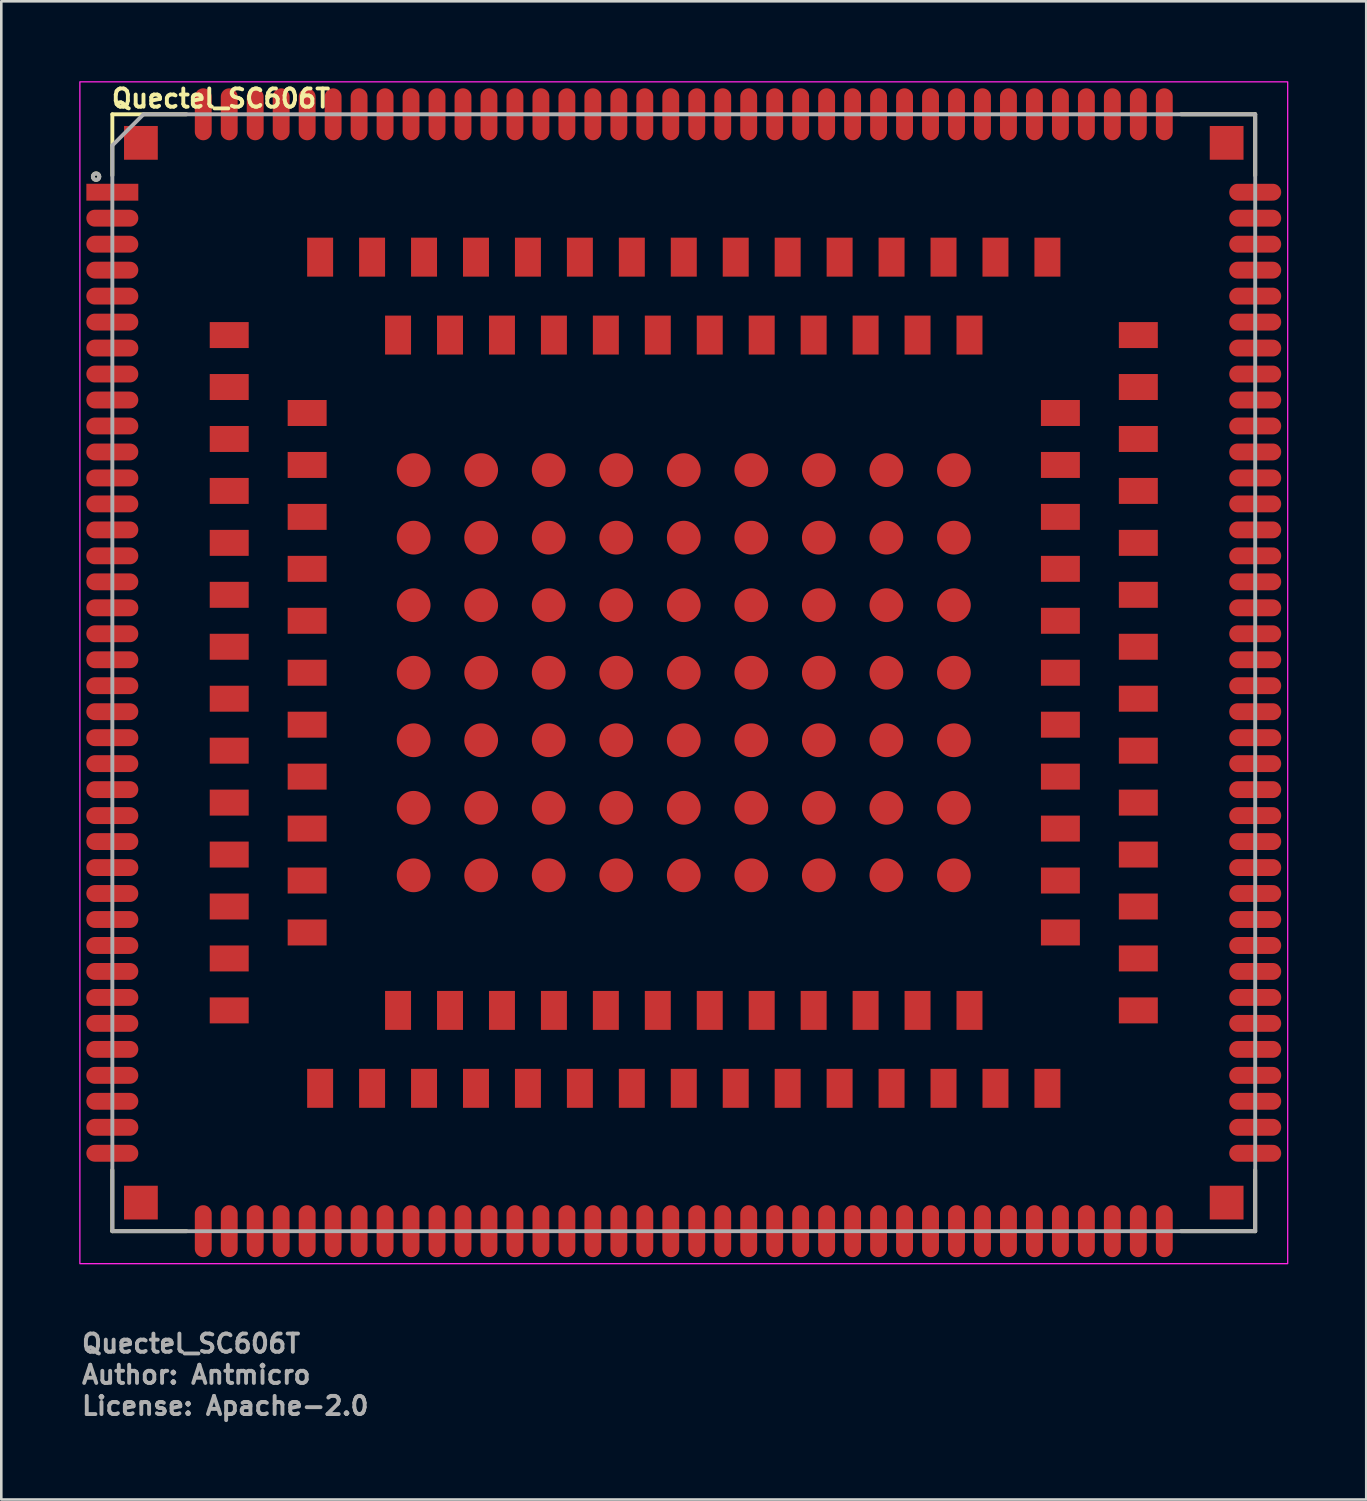
<source format=kicad_pcb>
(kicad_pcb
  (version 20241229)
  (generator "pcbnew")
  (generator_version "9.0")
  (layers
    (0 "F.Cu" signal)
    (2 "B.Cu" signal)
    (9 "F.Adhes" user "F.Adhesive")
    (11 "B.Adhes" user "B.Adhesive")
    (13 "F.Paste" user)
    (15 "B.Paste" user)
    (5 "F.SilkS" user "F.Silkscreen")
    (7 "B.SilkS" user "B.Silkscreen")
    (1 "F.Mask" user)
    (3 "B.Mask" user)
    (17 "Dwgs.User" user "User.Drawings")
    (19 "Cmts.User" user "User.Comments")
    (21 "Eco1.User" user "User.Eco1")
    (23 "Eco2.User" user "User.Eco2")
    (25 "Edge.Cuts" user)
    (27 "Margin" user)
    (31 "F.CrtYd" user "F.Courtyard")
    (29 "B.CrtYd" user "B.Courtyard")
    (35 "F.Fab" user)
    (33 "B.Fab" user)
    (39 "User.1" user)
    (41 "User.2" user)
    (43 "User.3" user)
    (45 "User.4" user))
  (footprint "Quectel_SC606T"
    (layer "F.Cu")
    (at 23.275 22.85)
    (property "Reference" "Quectel_SC606T" (at -22.1 -21.7 0) (layer "F.SilkS") (effects (font (size 0.7 0.7) (thickness 0.15)) (justify left bottom)))
    (attr smd)
    (fp_line (start -22 -21.5) (end -22 -19.145) (stroke (width 0.15) (type solid)) (layer "F.SilkS"))
    (fp_line (start -22 -21.5) (end -19.145 -21.5) (stroke (width 0.15) (type solid)) (layer "F.SilkS"))
    (fp_line (start -22 21.5) (end -22 19.145) (stroke (width 0.15) (type solid)) (layer "F.SilkS"))
    (fp_line (start -22 21.5) (end -19.145 21.5) (stroke (width 0.15) (type solid)) (layer "F.SilkS"))
    (fp_line (start 22 -21.5) (end 19.145 -21.5) (stroke (width 0.15) (type solid)) (layer "F.SilkS"))
    (fp_line (start 22 -21.5) (end 22 -19.145) (stroke (width 0.15) (type solid)) (layer "F.SilkS"))
    (fp_line (start 22 21.5) (end 19.145 21.5) (stroke (width 0.15) (type solid)) (layer "F.SilkS"))
    (fp_line (start 22 21.5) (end 22 19.145) (stroke (width 0.15) (type solid)) (layer "F.SilkS"))
    (fp_circle (center -22.625 -19.1) (end -22.575 -19.1) (stroke (width 0.15) (type solid)) (fill no) (layer "F.SilkS"))
    (fp_rect (start -23.25 -22.75) (end 23.25 22.75) (stroke (width 0.05) (type solid)) (fill no) (layer "F.CrtYd"))
    (fp_line (start -22 -20.3) (end -20.8 -21.5) (stroke (width 0.15) (type solid)) (layer "F.Fab"))
    (fp_line (start -22 21.5) (end -22 -20.3) (stroke (width 0.15) (type solid)) (layer "F.Fab"))
    (fp_line (start -20.8 -21.5) (end 22 -21.5) (stroke (width 0.15) (type solid)) (layer "F.Fab"))
    (fp_line (start 22 -21.5) (end 22 21.5) (stroke (width 0.15) (type solid)) (layer "F.Fab"))
    (fp_line (start 22 21.5) (end -22 21.5) (stroke (width 0.15) (type solid)) (layer "F.Fab"))
    (fp_circle (center -22.625 -19.1) (end -22.575 -19.1) (stroke (width 0.15) (type solid)) (fill no) (layer "F.Fab"))
    (fp_rect (start -22 -21.5) (end 22 21.5) (stroke (width 0.1) (type solid)) (fill no) (layer "User.5"))
    (fp_line (start -22 -20.3) (end -22 -18.7) (stroke (width 0.02) (type solid)) (layer "User.9"))
    (fp_line (start -22 -18.3) (end -22 -17.7) (stroke (width 0.02) (type solid)) (layer "User.9"))
    (fp_line (start -22 -17.3) (end -22 -16.7) (stroke (width 0.02) (type solid)) (layer "User.9"))
    (fp_line (start -22 -16.3) (end -22 -15.7) (stroke (width 0.02) (type solid)) (layer "User.9"))
    (fp_line (start -22 -15.3) (end -22 -14.7) (stroke (width 0.02) (type solid)) (layer "User.9"))
    (fp_line (start -22 -14.3) (end -22 -13.7) (stroke (width 0.02) (type solid)) (layer "User.9"))
    (fp_line (start -22 -13.3) (end -22 -12.7) (stroke (width 0.02) (type solid)) (layer "User.9"))
    (fp_line (start -22 -12.3) (end -22 -11.7) (stroke (width 0.02) (type solid)) (layer "User.9"))
    (fp_line (start -22 -11.3) (end -22 -10.7) (stroke (width 0.02) (type solid)) (layer "User.9"))
    (fp_line (start -22 -10.3) (end -22 -9.7) (stroke (width 0.02) (type solid)) (layer "User.9"))
    (fp_line (start -22 -9.3) (end -22 -8.7) (stroke (width 0.02) (type solid)) (layer "User.9"))
    (fp_line (start -22 -8.3) (end -22 -7.7) (stroke (width 0.02) (type solid)) (layer "User.9"))
    (fp_line (start -22 -7.3) (end -22 -6.7) (stroke (width 0.02) (type solid)) (layer "User.9"))
    (fp_line (start -22 -6.3) (end -22 -5.7) (stroke (width 0.02) (type solid)) (layer "User.9"))
    (fp_line (start -22 -5.3) (end -22 -4.7) (stroke (width 0.02) (type solid)) (layer "User.9"))
    (fp_line (start -22 -4.3) (end -22 -3.7) (stroke (width 0.02) (type solid)) (layer "User.9"))
    (fp_line (start -22 -3.3) (end -22 -2.7) (stroke (width 0.02) (type solid)) (layer "User.9"))
    (fp_line (start -22 -2.3) (end -22 -1.7) (stroke (width 0.02) (type solid)) (layer "User.9"))
    (fp_line (start -22 -1.3) (end -22 -0.7) (stroke (width 0.02) (type solid)) (layer "User.9"))
    (fp_line (start -22 -0.3) (end -22 0.3) (stroke (width 0.02) (type solid)) (layer "User.9"))
    (fp_line (start -22 0.7) (end -22 1.3) (stroke (width 0.02) (type solid)) (layer "User.9"))
    (fp_line (start -22 1.7) (end -22 2.3) (stroke (width 0.02) (type solid)) (layer "User.9"))
    (fp_line (start -22 2.7) (end -22 3.3) (stroke (width 0.02) (type solid)) (layer "User.9"))
    (fp_line (start -22 3.7) (end -22 4.3) (stroke (width 0.02) (type solid)) (layer "User.9"))
    (fp_line (start -22 4.7) (end -22 5.3) (stroke (width 0.02) (type solid)) (layer "User.9"))
    (fp_line (start -22 5.7) (end -22 6.3) (stroke (width 0.02) (type solid)) (layer "User.9"))
    (fp_line (start -22 6.7) (end -22 7.3) (stroke (width 0.02) (type solid)) (layer "User.9"))
    (fp_line (start -22 7.7) (end -22 8.3) (stroke (width 0.02) (type solid)) (layer "User.9"))
    (fp_line (start -22 8.7) (end -22 9.3) (stroke (width 0.02) (type solid)) (layer "User.9"))
    (fp_line (start -22 9.7) (end -22 10.3) (stroke (width 0.02) (type solid)) (layer "User.9"))
    (fp_line (start -22 10.7) (end -22 11.3) (stroke (width 0.02) (type solid)) (layer "User.9"))
    (fp_line (start -22 11.7) (end -22 12.3) (stroke (width 0.02) (type solid)) (layer "User.9"))
    (fp_line (start -22 12.7) (end -22 13.3) (stroke (width 0.02) (type solid)) (layer "User.9"))
    (fp_line (start -22 13.7) (end -22 14.3) (stroke (width 0.02) (type solid)) (layer "User.9"))
    (fp_line (start -22 14.7) (end -22 15.3) (stroke (width 0.02) (type solid)) (layer "User.9"))
    (fp_line (start -22 15.7) (end -22 16.3) (stroke (width 0.02) (type solid)) (layer "User.9"))
    (fp_line (start -22 16.7) (end -22 17.3) (stroke (width 0.02) (type solid)) (layer "User.9"))
    (fp_line (start -22 17.7) (end -22 18.3) (stroke (width 0.02) (type solid)) (layer "User.9"))
    (fp_line (start -22 18.7) (end -22 21.5) (stroke (width 0.02) (type solid)) (layer "User.9"))
    (fp_line (start -22 21.5) (end -18.7 21.5) (stroke (width 0.02) (type solid)) (layer "User.9"))
    (fp_line (start -21.38 -19.354) (end -21.23 -19.354) (stroke (width 0.02) (type solid)) (layer "User.9"))
    (fp_line (start -21.38 14.5) (end -21.38 14.35) (stroke (width 0.02) (type solid)) (layer "User.9"))
    (fp_line (start -21.38 14.65) (end -21.38 14.5) (stroke (width 0.02) (type solid)) (layer "User.9"))
    (fp_line (start -21.38 20.73) (end -21.38 -19.354) (stroke (width 0.02) (type solid)) (layer "User.9"))
    (fp_line (start -21.38 20.73) (end -21.23 20.73) (stroke (width 0.02) (type solid)) (layer "User.9"))
    (fp_line (start -21.336 -19.46) (end -21.23 -19.354) (stroke (width 0.02) (type solid)) (layer "User.9"))
    (fp_line (start -21.336 -19.46) (end -19.96 -20.836) (stroke (width 0.02) (type solid)) (layer "User.9"))
    (fp_line (start -21.23 20.88) (end -21.23 20.73) (stroke (width 0.02) (type solid)) (layer "User.9"))
    (fp_line (start -20.8 -21.5) (end -22 -20.3) (stroke (width 0.02) (type solid)) (layer "User.9"))
    (fp_line (start -19.96 -20.836) (end -19.854 -20.73) (stroke (width 0.02) (type solid)) (layer "User.9"))
    (fp_line (start -19.854 -20.88) (end -19.854 -20.73) (stroke (width 0.02) (type solid)) (layer "User.9"))
    (fp_line (start -19.854 -20.88) (end 21.23 -20.88) (stroke (width 0.02) (type solid)) (layer "User.9"))
    (fp_line (start -18.7 -21.5) (end -20.8 -21.5) (stroke (width 0.02) (type solid)) (layer "User.9"))
    (fp_line (start -18.3 21.5) (end -17.7 21.5) (stroke (width 0.02) (type solid)) (layer "User.9"))
    (fp_line (start -17.7 -21.5) (end -18.3 -21.5) (stroke (width 0.02) (type solid)) (layer "User.9"))
    (fp_line (start -17.3 21.5) (end -16.7 21.5) (stroke (width 0.02) (type solid)) (layer "User.9"))
    (fp_line (start -16.7 -21.5) (end -17.3 -21.5) (stroke (width 0.02) (type solid)) (layer "User.9"))
    (fp_line (start -16.3 21.5) (end -15.7 21.5) (stroke (width 0.02) (type solid)) (layer "User.9"))
    (fp_line (start -15.7 -21.5) (end -16.3 -21.5) (stroke (width 0.02) (type solid)) (layer "User.9"))
    (fp_line (start -15.3 21.5) (end -14.7 21.5) (stroke (width 0.02) (type solid)) (layer "User.9"))
    (fp_line (start -14.7 -21.5) (end -15.3 -21.5) (stroke (width 0.02) (type solid)) (layer "User.9"))
    (fp_line (start -14.3 21.5) (end -13.7 21.5) (stroke (width 0.02) (type solid)) (layer "User.9"))
    (fp_line (start -14.15 -20.88) (end -14 -20.88) (stroke (width 0.02) (type solid)) (layer "User.9"))
    (fp_line (start -14 -20.88) (end -13.85 -20.88) (stroke (width 0.02) (type solid)) (layer "User.9"))
    (fp_line (start -14 20.88) (end -14.15 20.88) (stroke (width 0.02) (type solid)) (layer "User.9"))
    (fp_line (start -13.85 20.88) (end -14 20.88) (stroke (width 0.02) (type solid)) (layer "User.9"))
    (fp_line (start -13.7 -21.5) (end -14.3 -21.5) (stroke (width 0.02) (type solid)) (layer "User.9"))
    (fp_line (start -13.3 21.5) (end -12.7 21.5) (stroke (width 0.02) (type solid)) (layer "User.9"))
    (fp_line (start -12.7 -21.5) (end -13.3 -21.5) (stroke (width 0.02) (type solid)) (layer "User.9"))
    (fp_line (start -12.3 21.5) (end -11.7 21.5) (stroke (width 0.02) (type solid)) (layer "User.9"))
    (fp_line (start -11.7 -21.5) (end -12.3 -21.5) (stroke (width 0.02) (type solid)) (layer "User.9"))
    (fp_line (start -11.3 21.5) (end -10.7 21.5) (stroke (width 0.02) (type solid)) (layer "User.9"))
    (fp_line (start -10.7 -21.5) (end -11.3 -21.5) (stroke (width 0.02) (type solid)) (layer "User.9"))
    (fp_line (start -10.3 21.5) (end -9.7 21.5) (stroke (width 0.02) (type solid)) (layer "User.9"))
    (fp_line (start -9.7 -21.5) (end -10.3 -21.5) (stroke (width 0.02) (type solid)) (layer "User.9"))
    (fp_line (start -9.3 21.5) (end -8.7 21.5) (stroke (width 0.02) (type solid)) (layer "User.9"))
    (fp_line (start -8.7 -21.5) (end -9.3 -21.5) (stroke (width 0.02) (type solid)) (layer "User.9"))
    (fp_line (start -8.3 21.5) (end -7.7 21.5) (stroke (width 0.02) (type solid)) (layer "User.9"))
    (fp_line (start -7.7 -21.5) (end -8.3 -21.5) (stroke (width 0.02) (type solid)) (layer "User.9"))
    (fp_line (start -7.3 21.5) (end -6.7 21.5) (stroke (width 0.02) (type solid)) (layer "User.9"))
    (fp_line (start -6.7 -21.5) (end -7.3 -21.5) (stroke (width 0.02) (type solid)) (layer "User.9"))
    (fp_line (start -6.3 21.5) (end -5.7 21.5) (stroke (width 0.02) (type solid)) (layer "User.9"))
    (fp_line (start -5.7 -21.5) (end -6.3 -21.5) (stroke (width 0.02) (type solid)) (layer "User.9"))
    (fp_line (start -5.3 21.5) (end -4.7 21.5) (stroke (width 0.02) (type solid)) (layer "User.9"))
    (fp_line (start -4.7 -21.5) (end -5.3 -21.5) (stroke (width 0.02) (type solid)) (layer "User.9"))
    (fp_line (start -4.3 21.5) (end -3.7 21.5) (stroke (width 0.02) (type solid)) (layer "User.9"))
    (fp_line (start -3.7 -21.5) (end -4.3 -21.5) (stroke (width 0.02) (type solid)) (layer "User.9"))
    (fp_line (start -3.3 21.5) (end -2.7 21.5) (stroke (width 0.02) (type solid)) (layer "User.9"))
    (fp_line (start -2.7 -21.5) (end -3.3 -21.5) (stroke (width 0.02) (type solid)) (layer "User.9"))
    (fp_line (start -2.3 21.5) (end -1.7 21.5) (stroke (width 0.02) (type solid)) (layer "User.9"))
    (fp_line (start -1.7 -21.5) (end -2.3 -21.5) (stroke (width 0.02) (type solid)) (layer "User.9"))
    (fp_line (start -1.3 21.5) (end -0.7 21.5) (stroke (width 0.02) (type solid)) (layer "User.9"))
    (fp_line (start -0.7 -21.5) (end -1.3 -21.5) (stroke (width 0.02) (type solid)) (layer "User.9"))
    (fp_line (start -0.3 21.5) (end 0.3 21.5) (stroke (width 0.02) (type solid)) (layer "User.9"))
    (fp_line (start 0.3 -21.5) (end -0.3 -21.5) (stroke (width 0.02) (type solid)) (layer "User.9"))
    (fp_line (start 0.7 21.5) (end 1.3 21.5) (stroke (width 0.02) (type solid)) (layer "User.9"))
    (fp_line (start 1.3 -21.5) (end 0.7 -21.5) (stroke (width 0.02) (type solid)) (layer "User.9"))
    (fp_line (start 1.7 21.5) (end 2.3 21.5) (stroke (width 0.02) (type solid)) (layer "User.9"))
    (fp_line (start 2.3 -21.5) (end 1.7 -21.5) (stroke (width 0.02) (type solid)) (layer "User.9"))
    (fp_line (start 2.7 21.5) (end 3.3 21.5) (stroke (width 0.02) (type solid)) (layer "User.9"))
    (fp_line (start 3.3 -21.5) (end 2.7 -21.5) (stroke (width 0.02) (type solid)) (layer "User.9"))
    (fp_line (start 3.7 21.5) (end 4.3 21.5) (stroke (width 0.02) (type solid)) (layer "User.9"))
    (fp_line (start 4.3 -21.5) (end 3.7 -21.5) (stroke (width 0.02) (type solid)) (layer "User.9"))
    (fp_line (start 4.7 21.5) (end 5.3 21.5) (stroke (width 0.02) (type solid)) (layer "User.9"))
    (fp_line (start 5.3 -21.5) (end 4.7 -21.5) (stroke (width 0.02) (type solid)) (layer "User.9"))
    (fp_line (start 5.7 21.5) (end 6.3 21.5) (stroke (width 0.02) (type solid)) (layer "User.9"))
    (fp_line (start 6.3 -21.5) (end 5.7 -21.5) (stroke (width 0.02) (type solid)) (layer "User.9"))
    (fp_line (start 6.7 21.5) (end 7.3 21.5) (stroke (width 0.02) (type solid)) (layer "User.9"))
    (fp_line (start 7.3 -21.5) (end 6.7 -21.5) (stroke (width 0.02) (type solid)) (layer "User.9"))
    (fp_line (start 7.7 21.5) (end 8.3 21.5) (stroke (width 0.02) (type solid)) (layer "User.9"))
    (fp_line (start 8.3 -21.5) (end 7.7 -21.5) (stroke (width 0.02) (type solid)) (layer "User.9"))
    (fp_line (start 8.7 21.5) (end 9.3 21.5) (stroke (width 0.02) (type solid)) (layer "User.9"))
    (fp_line (start 9.3 -21.5) (end 8.7 -21.5) (stroke (width 0.02) (type solid)) (layer "User.9"))
    (fp_line (start 9.7 21.5) (end 10.3 21.5) (stroke (width 0.02) (type solid)) (layer "User.9"))
    (fp_line (start 10.3 -21.5) (end 9.7 -21.5) (stroke (width 0.02) (type solid)) (layer "User.9"))
    (fp_line (start 10.7 21.5) (end 11.3 21.5) (stroke (width 0.02) (type solid)) (layer "User.9"))
    (fp_line (start 11.3 -21.5) (end 10.7 -21.5) (stroke (width 0.02) (type solid)) (layer "User.9"))
    (fp_line (start 11.7 21.5) (end 12.3 21.5) (stroke (width 0.02) (type solid)) (layer "User.9"))
    (fp_line (start 12.3 -21.5) (end 11.7 -21.5) (stroke (width 0.02) (type solid)) (layer "User.9"))
    (fp_line (start 12.7 21.5) (end 13.3 21.5) (stroke (width 0.02) (type solid)) (layer "User.9"))
    (fp_line (start 13.3 -21.5) (end 12.7 -21.5) (stroke (width 0.02) (type solid)) (layer "User.9"))
    (fp_line (start 13.7 21.5) (end 14.3 21.5) (stroke (width 0.02) (type solid)) (layer "User.9"))
    (fp_line (start 14.3 -21.5) (end 13.7 -21.5) (stroke (width 0.02) (type solid)) (layer "User.9"))
    (fp_line (start 14.7 21.5) (end 15.3 21.5) (stroke (width 0.02) (type solid)) (layer "User.9"))
    (fp_line (start 14.85 -20.88) (end 15 -20.88) (stroke (width 0.02) (type solid)) (layer "User.9"))
    (fp_line (start 15 -20.88) (end 15.15 -20.88) (stroke (width 0.02) (type solid)) (layer "User.9"))
    (fp_line (start 15 20.88) (end 14.85 20.88) (stroke (width 0.02) (type solid)) (layer "User.9"))
    (fp_line (start 15.15 20.88) (end 15 20.88) (stroke (width 0.02) (type solid)) (layer "User.9"))
    (fp_line (start 15.3 -21.5) (end 14.7 -21.5) (stroke (width 0.02) (type solid)) (layer "User.9"))
    (fp_line (start 15.7 21.5) (end 16.3 21.5) (stroke (width 0.02) (type solid)) (layer "User.9"))
    (fp_line (start 16.3 -21.5) (end 15.7 -21.5) (stroke (width 0.02) (type solid)) (layer "User.9"))
    (fp_line (start 16.7 21.5) (end 17.3 21.5) (stroke (width 0.02) (type solid)) (layer "User.9"))
    (fp_line (start 17.3 -21.5) (end 16.7 -21.5) (stroke (width 0.02) (type solid)) (layer "User.9"))
    (fp_line (start 17.7 21.5) (end 18.3 21.5) (stroke (width 0.02) (type solid)) (layer "User.9"))
    (fp_line (start 18.3 -21.5) (end 17.7 -21.5) (stroke (width 0.02) (type solid)) (layer "User.9"))
    (fp_line (start 18.7 21.5) (end 22 21.5) (stroke (width 0.02) (type solid)) (layer "User.9"))
    (fp_line (start 21.23 -20.88) (end 21.23 -20.73) (stroke (width 0.02) (type solid)) (layer "User.9"))
    (fp_line (start 21.23 20.88) (end -21.23 20.88) (stroke (width 0.02) (type solid)) (layer "User.9"))
    (fp_line (start 21.23 20.88) (end 21.23 20.73) (stroke (width 0.02) (type solid)) (layer "User.9"))
    (fp_line (start 21.38 -20.73) (end 21.23 -20.73) (stroke (width 0.02) (type solid)) (layer "User.9"))
    (fp_line (start 21.38 -20.73) (end 21.38 20.73) (stroke (width 0.02) (type solid)) (layer "User.9"))
    (fp_line (start 21.38 -14.65) (end 21.38 -14.5) (stroke (width 0.02) (type solid)) (layer "User.9"))
    (fp_line (start 21.38 -14.5) (end 21.38 -14.35) (stroke (width 0.02) (type solid)) (layer "User.9"))
    (fp_line (start 21.38 20.73) (end 21.23 20.73) (stroke (width 0.02) (type solid)) (layer "User.9"))
    (fp_line (start 22 -21.5) (end 18.7 -21.5) (stroke (width 0.02) (type solid)) (layer "User.9"))
    (fp_line (start 22 -18.7) (end 22 -21.5) (stroke (width 0.02) (type solid)) (layer "User.9"))
    (fp_line (start 22 -17.7) (end 22 -18.3) (stroke (width 0.02) (type solid)) (layer "User.9"))
    (fp_line (start 22 -16.7) (end 22 -17.3) (stroke (width 0.02) (type solid)) (layer "User.9"))
    (fp_line (start 22 -15.7) (end 22 -16.3) (stroke (width 0.02) (type solid)) (layer "User.9"))
    (fp_line (start 22 -14.7) (end 22 -15.3) (stroke (width 0.02) (type solid)) (layer "User.9"))
    (fp_line (start 22 -13.7) (end 22 -14.3) (stroke (width 0.02) (type solid)) (layer "User.9"))
    (fp_line (start 22 -12.7) (end 22 -13.3) (stroke (width 0.02) (type solid)) (layer "User.9"))
    (fp_line (start 22 -11.7) (end 22 -12.3) (stroke (width 0.02) (type solid)) (layer "User.9"))
    (fp_line (start 22 -10.7) (end 22 -11.3) (stroke (width 0.02) (type solid)) (layer "User.9"))
    (fp_line (start 22 -9.7) (end 22 -10.3) (stroke (width 0.02) (type solid)) (layer "User.9"))
    (fp_line (start 22 -8.7) (end 22 -9.3) (stroke (width 0.02) (type solid)) (layer "User.9"))
    (fp_line (start 22 -7.7) (end 22 -8.3) (stroke (width 0.02) (type solid)) (layer "User.9"))
    (fp_line (start 22 -6.7) (end 22 -7.3) (stroke (width 0.02) (type solid)) (layer "User.9"))
    (fp_line (start 22 -5.7) (end 22 -6.3) (stroke (width 0.02) (type solid)) (layer "User.9"))
    (fp_line (start 22 -4.7) (end 22 -5.3) (stroke (width 0.02) (type solid)) (layer "User.9"))
    (fp_line (start 22 -3.7) (end 22 -4.3) (stroke (width 0.02) (type solid)) (layer "User.9"))
    (fp_line (start 22 -2.7) (end 22 -3.3) (stroke (width 0.02) (type solid)) (layer "User.9"))
    (fp_line (start 22 -1.7) (end 22 -2.3) (stroke (width 0.02) (type solid)) (layer "User.9"))
    (fp_line (start 22 -0.7) (end 22 -1.3) (stroke (width 0.02) (type solid)) (layer "User.9"))
    (fp_line (start 22 0.3) (end 22 -0.3) (stroke (width 0.02) (type solid)) (layer "User.9"))
    (fp_line (start 22 1.3) (end 22 0.7) (stroke (width 0.02) (type solid)) (layer "User.9"))
    (fp_line (start 22 2.3) (end 22 1.7) (stroke (width 0.02) (type solid)) (layer "User.9"))
    (fp_line (start 22 3.3) (end 22 2.7) (stroke (width 0.02) (type solid)) (layer "User.9"))
    (fp_line (start 22 4.3) (end 22 3.7) (stroke (width 0.02) (type solid)) (layer "User.9"))
    (fp_line (start 22 5.3) (end 22 4.7) (stroke (width 0.02) (type solid)) (layer "User.9"))
    (fp_line (start 22 6.3) (end 22 5.7) (stroke (width 0.02) (type solid)) (layer "User.9"))
    (fp_line (start 22 7.3) (end 22 6.7) (stroke (width 0.02) (type solid)) (layer "User.9"))
    (fp_line (start 22 8.3) (end 22 7.7) (stroke (width 0.02) (type solid)) (layer "User.9"))
    (fp_line (start 22 9.3) (end 22 8.7) (stroke (width 0.02) (type solid)) (layer "User.9"))
    (fp_line (start 22 10.3) (end 22 9.7) (stroke (width 0.02) (type solid)) (layer "User.9"))
    (fp_line (start 22 11.3) (end 22 10.7) (stroke (width 0.02) (type solid)) (layer "User.9"))
    (fp_line (start 22 12.3) (end 22 11.7) (stroke (width 0.02) (type solid)) (layer "User.9"))
    (fp_line (start 22 13.3) (end 22 12.7) (stroke (width 0.02) (type solid)) (layer "User.9"))
    (fp_line (start 22 14.3) (end 22 13.7) (stroke (width 0.02) (type solid)) (layer "User.9"))
    (fp_line (start 22 15.3) (end 22 14.7) (stroke (width 0.02) (type solid)) (layer "User.9"))
    (fp_line (start 22 16.3) (end 22 15.7) (stroke (width 0.02) (type solid)) (layer "User.9"))
    (fp_line (start 22 17.3) (end 22 16.7) (stroke (width 0.02) (type solid)) (layer "User.9"))
    (fp_line (start 22 18.3) (end 22 17.7) (stroke (width 0.02) (type solid)) (layer "User.9"))
    (fp_line (start 22 21.5) (end 22 18.7) (stroke (width 0.02) (type solid)) (layer "User.9"))
    (fp_arc (start -22 -18.699999) (mid -21.8 -18.499999) (end -22 -18.299999) (stroke (width 0.02) (type default)) (layer "User.9"))
    (fp_arc (start -22 -17.699999) (mid -21.8 -17.499999) (end -22 -17.299999) (stroke (width 0.02) (type default)) (layer "User.9"))
    (fp_arc (start -22 -16.699999) (mid -21.8 -16.499999) (end -22 -16.299999) (stroke (width 0.02) (type default)) (layer "User.9"))
    (fp_arc (start -22 -15.699999) (mid -21.8 -15.499999) (end -22 -15.299999) (stroke (width 0.02) (type default)) (layer "User.9"))
    (fp_arc (start -22 -14.699999) (mid -21.8 -14.499999) (end -22 -14.299999) (stroke (width 0.02) (type default)) (layer "User.9"))
    (fp_arc (start -22 -13.699999) (mid -21.8 -13.499999) (end -22 -13.299999) (stroke (width 0.02) (type default)) (layer "User.9"))
    (fp_arc (start -22 -12.699999) (mid -21.8 -12.499999) (end -22 -12.299999) (stroke (width 0.02) (type default)) (layer "User.9"))
    (fp_arc (start -22 -11.699999) (mid -21.8 -11.499999) (end -22 -11.299999) (stroke (width 0.02) (type default)) (layer "User.9"))
    (fp_arc (start -22 -10.699999) (mid -21.8 -10.499999) (end -22 -10.299999) (stroke (width 0.02) (type default)) (layer "User.9"))
    (fp_arc (start -22 -9.699999) (mid -21.8 -9.499999) (end -22 -9.299999) (stroke (width 0.02) (type default)) (layer "User.9"))
    (fp_arc (start -22 -8.699999) (mid -21.8 -8.499999) (end -22 -8.299999) (stroke (width 0.02) (type default)) (layer "User.9"))
    (fp_arc (start -22 -7.699999) (mid -21.8 -7.499999) (end -22 -7.299999) (stroke (width 0.02) (type default)) (layer "User.9"))
    (fp_arc (start -22 -6.699999) (mid -21.8 -6.499999) (end -22 -6.299999) (stroke (width 0.02) (type default)) (layer "User.9"))
    (fp_arc (start -22 -5.699999) (mid -21.8 -5.499999) (end -22 -5.299999) (stroke (width 0.02) (type default)) (layer "User.9"))
    (fp_arc (start -22 -4.699999) (mid -21.8 -4.499999) (end -22 -4.299999) (stroke (width 0.02) (type default)) (layer "User.9"))
    (fp_arc (start -22 -3.699999) (mid -21.8 -3.499999) (end -22 -3.299999) (stroke (width 0.02) (type default)) (layer "User.9"))
    (fp_arc (start -22 -2.699999) (mid -21.8 -2.499999) (end -22 -2.299999) (stroke (width 0.02) (type default)) (layer "User.9"))
    (fp_arc (start -22 -1.699999) (mid -21.8 -1.499999) (end -22 -1.299999) (stroke (width 0.02) (type default)) (layer "User.9"))
    (fp_arc (start -22 -0.699999) (mid -21.8 -0.499999) (end -22 -0.299999) (stroke (width 0.02) (type default)) (layer "User.9"))
    (fp_arc (start -22 0.300001) (mid -21.8 0.500001) (end -22 0.700001) (stroke (width 0.02) (type default)) (layer "User.9"))
    (fp_arc (start -22 1.300001) (mid -21.8 1.500001) (end -22 1.700001) (stroke (width 0.02) (type default)) (layer "User.9"))
    (fp_arc (start -22 2.300001) (mid -21.8 2.500001) (end -22 2.700001) (stroke (width 0.02) (type default)) (layer "User.9"))
    (fp_arc (start -22 3.300001) (mid -21.8 3.500001) (end -22 3.700001) (stroke (width 0.02) (type default)) (layer "User.9"))
    (fp_arc (start -22 4.300001) (mid -21.8 4.500001) (end -22 4.700001) (stroke (width 0.02) (type default)) (layer "User.9"))
    (fp_arc (start -22 5.300001) (mid -21.8 5.500001) (end -22 5.700001) (stroke (width 0.02) (type default)) (layer "User.9"))
    (fp_arc (start -22 6.300001) (mid -21.8 6.500001) (end -22 6.700001) (stroke (width 0.02) (type default)) (layer "User.9"))
    (fp_arc (start -22 7.300001) (mid -21.8 7.500001) (end -22 7.700001) (stroke (width 0.02) (type default)) (layer "User.9"))
    (fp_arc (start -22 8.300001) (mid -21.8 8.500001) (end -22 8.700001) (stroke (width 0.02) (type default)) (layer "User.9"))
    (fp_arc (start -22 9.300001) (mid -21.8 9.500001) (end -22 9.700001) (stroke (width 0.02) (type default)) (layer "User.9"))
    (fp_arc (start -22 10.300001) (mid -21.8 10.500001) (end -22 10.700001) (stroke (width 0.02) (type default)) (layer "User.9"))
    (fp_arc (start -22 11.300001) (mid -21.8 11.500001) (end -22 11.700001) (stroke (width 0.02) (type default)) (layer "User.9"))
    (fp_arc (start -22 12.300001) (mid -21.8 12.500001) (end -22 12.700001) (stroke (width 0.02) (type default)) (layer "User.9"))
    (fp_arc (start -22 13.300001) (mid -21.8 13.500001) (end -22 13.700001) (stroke (width 0.02) (type default)) (layer "User.9"))
    (fp_arc (start -22 14.300001) (mid -21.8 14.500001) (end -22 14.700001) (stroke (width 0.02) (type default)) (layer "User.9"))
    (fp_arc (start -22 15.300001) (mid -21.8 15.500001) (end -22 15.700001) (stroke (width 0.02) (type default)) (layer "User.9"))
    (fp_arc (start -22 16.300001) (mid -21.8 16.500001) (end -22 16.700001) (stroke (width 0.02) (type default)) (layer "User.9"))
    (fp_arc (start -22 17.300001) (mid -21.8 17.500001) (end -22 17.700001) (stroke (width 0.02) (type default)) (layer "User.9"))
    (fp_arc (start -22 18.300001) (mid -21.8 18.500001) (end -22 18.700001) (stroke (width 0.02) (type default)) (layer "User.9"))
    (fp_arc (start -18.699999 21.5) (mid -18.499999 21.3) (end -18.299999 21.5) (stroke (width 0.02) (type default)) (layer "User.9"))
    (fp_arc (start -18.300001 -21.5) (mid -18.500001 -21.3) (end -18.700001 -21.5) (stroke (width 0.02) (type default)) (layer "User.9"))
    (fp_arc (start -17.699999 21.5) (mid -17.499999 21.3) (end -17.299999 21.5) (stroke (width 0.02) (type default)) (layer "User.9"))
    (fp_arc (start -17.300001 -21.5) (mid -17.500001 -21.3) (end -17.700001 -21.5) (stroke (width 0.02) (type default)) (layer "User.9"))
    (fp_arc (start -16.699999 21.5) (mid -16.499999 21.3) (end -16.299999 21.5) (stroke (width 0.02) (type default)) (layer "User.9"))
    (fp_arc (start -16.300001 -21.5) (mid -16.500001 -21.3) (end -16.700001 -21.5) (stroke (width 0.02) (type default)) (layer "User.9"))
    (fp_arc (start -15.699999 21.5) (mid -15.499999 21.3) (end -15.299999 21.5) (stroke (width 0.02) (type default)) (layer "User.9"))
    (fp_arc (start -15.300001 -21.5) (mid -15.500001 -21.3) (end -15.700001 -21.5) (stroke (width 0.02) (type default)) (layer "User.9"))
    (fp_arc (start -14.699999 21.5) (mid -14.499999 21.3) (end -14.299999 21.5) (stroke (width 0.02) (type default)) (layer "User.9"))
    (fp_arc (start -14.300001 -21.5) (mid -14.500001 -21.3) (end -14.700001 -21.5) (stroke (width 0.02) (type default)) (layer "User.9"))
    (fp_arc (start -13.699999 21.5) (mid -13.499999 21.3) (end -13.299999 21.5) (stroke (width 0.02) (type default)) (layer "User.9"))
    (fp_arc (start -13.300001 -21.5) (mid -13.500001 -21.3) (end -13.700001 -21.5) (stroke (width 0.02) (type default)) (layer "User.9"))
    (fp_arc (start -12.699999 21.5) (mid -12.499999 21.3) (end -12.299999 21.5) (stroke (width 0.02) (type default)) (layer "User.9"))
    (fp_arc (start -12.300001 -21.5) (mid -12.500001 -21.3) (end -12.700001 -21.5) (stroke (width 0.02) (type default)) (layer "User.9"))
    (fp_arc (start -11.699999 21.5) (mid -11.499999 21.3) (end -11.299999 21.5) (stroke (width 0.02) (type default)) (layer "User.9"))
    (fp_arc (start -11.300001 -21.5) (mid -11.500001 -21.3) (end -11.700001 -21.5) (stroke (width 0.02) (type default)) (layer "User.9"))
    (fp_arc (start -10.699999 21.5) (mid -10.499999 21.3) (end -10.299999 21.5) (stroke (width 0.02) (type default)) (layer "User.9"))
    (fp_arc (start -10.300001 -21.5) (mid -10.500001 -21.3) (end -10.700001 -21.5) (stroke (width 0.02) (type default)) (layer "User.9"))
    (fp_arc (start -9.699999 21.5) (mid -9.499999 21.3) (end -9.299999 21.5) (stroke (width 0.02) (type default)) (layer "User.9"))
    (fp_arc (start -9.300001 -21.5) (mid -9.500001 -21.3) (end -9.700001 -21.5) (stroke (width 0.02) (type default)) (layer "User.9"))
    (fp_arc (start -8.699999 21.5) (mid -8.499999 21.3) (end -8.299999 21.5) (stroke (width 0.02) (type default)) (layer "User.9"))
    (fp_arc (start -8.300001 -21.5) (mid -8.500001 -21.3) (end -8.700001 -21.5) (stroke (width 0.02) (type default)) (layer "User.9"))
    (fp_arc (start -7.699999 21.5) (mid -7.499999 21.3) (end -7.299999 21.5) (stroke (width 0.02) (type default)) (layer "User.9"))
    (fp_arc (start -7.300001 -21.5) (mid -7.500001 -21.3) (end -7.700001 -21.5) (stroke (width 0.02) (type default)) (layer "User.9"))
    (fp_arc (start -6.699999 21.5) (mid -6.499999 21.3) (end -6.299999 21.5) (stroke (width 0.02) (type default)) (layer "User.9"))
    (fp_arc (start -6.300001 -21.5) (mid -6.500001 -21.3) (end -6.700001 -21.5) (stroke (width 0.02) (type default)) (layer "User.9"))
    (fp_arc (start -5.699999 21.5) (mid -5.499999 21.3) (end -5.299999 21.5) (stroke (width 0.02) (type default)) (layer "User.9"))
    (fp_arc (start -5.300001 -21.5) (mid -5.500001 -21.3) (end -5.700001 -21.5) (stroke (width 0.02) (type default)) (layer "User.9"))
    (fp_arc (start -4.699999 21.5) (mid -4.499999 21.3) (end -4.299999 21.5) (stroke (width 0.02) (type default)) (layer "User.9"))
    (fp_arc (start -4.300001 -21.5) (mid -4.500001 -21.3) (end -4.700001 -21.5) (stroke (width 0.02) (type default)) (layer "User.9"))
    (fp_arc (start -3.699999 21.5) (mid -3.499999 21.3) (end -3.299999 21.5) (stroke (width 0.02) (type default)) (layer "User.9"))
    (fp_arc (start -3.300001 -21.5) (mid -3.500001 -21.3) (end -3.700001 -21.5) (stroke (width 0.02) (type default)) (layer "User.9"))
    (fp_arc (start -2.699999 21.5) (mid -2.499999 21.3) (end -2.299999 21.5) (stroke (width 0.02) (type default)) (layer "User.9"))
    (fp_arc (start -2.300001 -21.5) (mid -2.500001 -21.3) (end -2.700001 -21.5) (stroke (width 0.02) (type default)) (layer "User.9"))
    (fp_arc (start -1.699999 21.5) (mid -1.499999 21.3) (end -1.299999 21.5) (stroke (width 0.02) (type default)) (layer "User.9"))
    (fp_arc (start -1.300001 -21.5) (mid -1.500001 -21.3) (end -1.700001 -21.5) (stroke (width 0.02) (type default)) (layer "User.9"))
    (fp_arc (start -0.699999 21.5) (mid -0.499999 21.3) (end -0.299999 21.5) (stroke (width 0.02) (type default)) (layer "User.9"))
    (fp_arc (start -0.300001 -21.5) (mid -0.500001 -21.3) (end -0.700001 -21.5) (stroke (width 0.02) (type default)) (layer "User.9"))
    (fp_arc (start 0.300001 21.5) (mid 0.500001 21.3) (end 0.700001 21.5) (stroke (width 0.02) (type default)) (layer "User.9"))
    (fp_arc (start 0.699999 -21.5) (mid 0.499999 -21.3) (end 0.299999 -21.5) (stroke (width 0.02) (type default)) (layer "User.9"))
    (fp_arc (start 1.300001 21.5) (mid 1.500001 21.3) (end 1.700001 21.5) (stroke (width 0.02) (type default)) (layer "User.9"))
    (fp_arc (start 1.699999 -21.5) (mid 1.499999 -21.3) (end 1.299999 -21.5) (stroke (width 0.02) (type default)) (layer "User.9"))
    (fp_arc (start 2.300001 21.5) (mid 2.500001 21.3) (end 2.700001 21.5) (stroke (width 0.02) (type default)) (layer "User.9"))
    (fp_arc (start 2.699999 -21.5) (mid 2.499999 -21.3) (end 2.299999 -21.5) (stroke (width 0.02) (type default)) (layer "User.9"))
    (fp_arc (start 3.300001 21.5) (mid 3.500001 21.3) (end 3.700001 21.5) (stroke (width 0.02) (type default)) (layer "User.9"))
    (fp_arc (start 3.699999 -21.5) (mid 3.499999 -21.3) (end 3.299999 -21.5) (stroke (width 0.02) (type default)) (layer "User.9"))
    (fp_arc (start 4.300001 21.5) (mid 4.500001 21.3) (end 4.700001 21.5) (stroke (width 0.02) (type default)) (layer "User.9"))
    (fp_arc (start 4.699999 -21.5) (mid 4.499999 -21.3) (end 4.299999 -21.5) (stroke (width 0.02) (type default)) (layer "User.9"))
    (fp_arc (start 5.300001 21.5) (mid 5.500001 21.3) (end 5.700001 21.5) (stroke (width 0.02) (type default)) (layer "User.9"))
    (fp_arc (start 5.699999 -21.5) (mid 5.499999 -21.3) (end 5.299999 -21.5) (stroke (width 0.02) (type default)) (layer "User.9"))
    (fp_arc (start 6.300001 21.5) (mid 6.500001 21.3) (end 6.700001 21.5) (stroke (width 0.02) (type default)) (layer "User.9"))
    (fp_arc (start 6.699999 -21.5) (mid 6.499999 -21.3) (end 6.299999 -21.5) (stroke (width 0.02) (type default)) (layer "User.9"))
    (fp_arc (start 7.300001 21.5) (mid 7.500001 21.3) (end 7.700001 21.5) (stroke (width 0.02) (type default)) (layer "User.9"))
    (fp_arc (start 7.699999 -21.5) (mid 7.499999 -21.3) (end 7.299999 -21.5) (stroke (width 0.02) (type default)) (layer "User.9"))
    (fp_arc (start 8.300001 21.5) (mid 8.500001 21.3) (end 8.700001 21.5) (stroke (width 0.02) (type default)) (layer "User.9"))
    (fp_arc (start 8.699999 -21.5) (mid 8.499999 -21.3) (end 8.299999 -21.5) (stroke (width 0.02) (type default)) (layer "User.9"))
    (fp_arc (start 9.300001 21.5) (mid 9.500001 21.3) (end 9.700001 21.5) (stroke (width 0.02) (type default)) (layer "User.9"))
    (fp_arc (start 9.699999 -21.5) (mid 9.499999 -21.3) (end 9.299999 -21.5) (stroke (width 0.02) (type default)) (layer "User.9"))
    (fp_arc (start 10.300001 21.5) (mid 10.500001 21.3) (end 10.700001 21.5) (stroke (width 0.02) (type default)) (layer "User.9"))
    (fp_arc (start 10.699999 -21.5) (mid 10.499999 -21.3) (end 10.299999 -21.5) (stroke (width 0.02) (type default)) (layer "User.9"))
    (fp_arc (start 11.300001 21.5) (mid 11.500001 21.3) (end 11.700001 21.5) (stroke (width 0.02) (type default)) (layer "User.9"))
    (fp_arc (start 11.699999 -21.5) (mid 11.499999 -21.3) (end 11.299999 -21.5) (stroke (width 0.02) (type default)) (layer "User.9"))
    (fp_arc (start 12.300001 21.5) (mid 12.500001 21.3) (end 12.700001 21.5) (stroke (width 0.02) (type default)) (layer "User.9"))
    (fp_arc (start 12.699999 -21.5) (mid 12.499999 -21.3) (end 12.299999 -21.5) (stroke (width 0.02) (type default)) (layer "User.9"))
    (fp_arc (start 13.300001 21.5) (mid 13.500001 21.3) (end 13.700001 21.5) (stroke (width 0.02) (type default)) (layer "User.9"))
    (fp_arc (start 13.699999 -21.5) (mid 13.499999 -21.3) (end 13.299999 -21.5) (stroke (width 0.02) (type default)) (layer "User.9"))
    (fp_arc (start 14.300001 21.5) (mid 14.500001 21.3) (end 14.700001 21.5) (stroke (width 0.02) (type default)) (layer "User.9"))
    (fp_arc (start 14.699999 -21.5) (mid 14.499999 -21.3) (end 14.299999 -21.5) (stroke (width 0.02) (type default)) (layer "User.9"))
    (fp_arc (start 15.300001 21.5) (mid 15.500001 21.3) (end 15.700001 21.5) (stroke (width 0.02) (type default)) (layer "User.9"))
    (fp_arc (start 15.699999 -21.5) (mid 15.499999 -21.3) (end 15.299999 -21.5) (stroke (width 0.02) (type default)) (layer "User.9"))
    (fp_arc (start 16.300001 21.5) (mid 16.500001 21.3) (end 16.700001 21.5) (stroke (width 0.02) (type default)) (layer "User.9"))
    (fp_arc (start 16.699999 -21.5) (mid 16.499999 -21.3) (end 16.299999 -21.5) (stroke (width 0.02) (type default)) (layer "User.9"))
    (fp_arc (start 17.300001 21.5) (mid 17.500001 21.3) (end 17.700001 21.5) (stroke (width 0.02) (type default)) (layer "User.9"))
    (fp_arc (start 17.699999 -21.5) (mid 17.499999 -21.3) (end 17.299999 -21.5) (stroke (width 0.02) (type default)) (layer "User.9"))
    (fp_arc (start 18.300001 21.5) (mid 18.500001 21.3) (end 18.700001 21.5) (stroke (width 0.02) (type default)) (layer "User.9"))
    (fp_arc (start 18.699999 -21.5) (mid 18.499999 -21.3) (end 18.299999 -21.5) (stroke (width 0.02) (type default)) (layer "User.9"))
    (fp_arc (start 22 -18.300001) (mid 21.8 -18.500001) (end 22 -18.700001) (stroke (width 0.02) (type default)) (layer "User.9"))
    (fp_arc (start 22 -17.300001) (mid 21.8 -17.500001) (end 22 -17.700001) (stroke (width 0.02) (type default)) (layer "User.9"))
    (fp_arc (start 22 -16.300001) (mid 21.8 -16.500001) (end 22 -16.700001) (stroke (width 0.02) (type default)) (layer "User.9"))
    (fp_arc (start 22 -15.300001) (mid 21.8 -15.500001) (end 22 -15.700001) (stroke (width 0.02) (type default)) (layer "User.9"))
    (fp_arc (start 22 -14.300001) (mid 21.8 -14.500001) (end 22 -14.700001) (stroke (width 0.02) (type default)) (layer "User.9"))
    (fp_arc (start 22 -13.300001) (mid 21.8 -13.500001) (end 22 -13.700001) (stroke (width 0.02) (type default)) (layer "User.9"))
    (fp_arc (start 22 -12.300001) (mid 21.8 -12.500001) (end 22 -12.700001) (stroke (width 0.02) (type default)) (layer "User.9"))
    (fp_arc (start 22 -11.300001) (mid 21.8 -11.500001) (end 22 -11.700001) (stroke (width 0.02) (type default)) (layer "User.9"))
    (fp_arc (start 22 -10.300001) (mid 21.8 -10.500001) (end 22 -10.700001) (stroke (width 0.02) (type default)) (layer "User.9"))
    (fp_arc (start 22 -9.300001) (mid 21.8 -9.500001) (end 22 -9.700001) (stroke (width 0.02) (type default)) (layer "User.9"))
    (fp_arc (start 22 -8.300001) (mid 21.8 -8.500001) (end 22 -8.700001) (stroke (width 0.02) (type default)) (layer "User.9"))
    (fp_arc (start 22 -7.300001) (mid 21.8 -7.500001) (end 22 -7.700001) (stroke (width 0.02) (type default)) (layer "User.9"))
    (fp_arc (start 22 -6.300001) (mid 21.8 -6.500001) (end 22 -6.700001) (stroke (width 0.02) (type default)) (layer "User.9"))
    (fp_arc (start 22 -5.300001) (mid 21.8 -5.500001) (end 22 -5.700001) (stroke (width 0.02) (type default)) (layer "User.9"))
    (fp_arc (start 22 -4.300001) (mid 21.8 -4.500001) (end 22 -4.700001) (stroke (width 0.02) (type default)) (layer "User.9"))
    (fp_arc (start 22 -3.300001) (mid 21.8 -3.500001) (end 22 -3.700001) (stroke (width 0.02) (type default)) (layer "User.9"))
    (fp_arc (start 22 -2.300001) (mid 21.8 -2.500001) (end 22 -2.700001) (stroke (width 0.02) (type default)) (layer "User.9"))
    (fp_arc (start 22 -1.300001) (mid 21.8 -1.500001) (end 22 -1.700001) (stroke (width 0.02) (type default)) (layer "User.9"))
    (fp_arc (start 22 -0.300001) (mid 21.8 -0.500001) (end 22 -0.700001) (stroke (width 0.02) (type default)) (layer "User.9"))
    (fp_arc (start 22 0.699999) (mid 21.8 0.499999) (end 22 0.299999) (stroke (width 0.02) (type default)) (layer "User.9"))
    (fp_arc (start 22 1.699999) (mid 21.8 1.499999) (end 22 1.299999) (stroke (width 0.02) (type default)) (layer "User.9"))
    (fp_arc (start 22 2.699999) (mid 21.8 2.499999) (end 22 2.299999) (stroke (width 0.02) (type default)) (layer "User.9"))
    (fp_arc (start 22 3.699999) (mid 21.8 3.499999) (end 22 3.299999) (stroke (width 0.02) (type default)) (layer "User.9"))
    (fp_arc (start 22 4.699999) (mid 21.8 4.499999) (end 22 4.299999) (stroke (width 0.02) (type default)) (layer "User.9"))
    (fp_arc (start 22 5.699999) (mid 21.8 5.499999) (end 22 5.299999) (stroke (width 0.02) (type default)) (layer "User.9"))
    (fp_arc (start 22 6.699999) (mid 21.8 6.499999) (end 22 6.299999) (stroke (width 0.02) (type default)) (layer "User.9"))
    (fp_arc (start 22 7.699999) (mid 21.8 7.499999) (end 22 7.299999) (stroke (width 0.02) (type default)) (layer "User.9"))
    (fp_arc (start 22 8.699999) (mid 21.8 8.499999) (end 22 8.299999) (stroke (width 0.02) (type default)) (layer "User.9"))
    (fp_arc (start 22 9.699999) (mid 21.8 9.499999) (end 22 9.299999) (stroke (width 0.02) (type default)) (layer "User.9"))
    (fp_arc (start 22 10.699999) (mid 21.8 10.499999) (end 22 10.299999) (stroke (width 0.02) (type default)) (layer "User.9"))
    (fp_arc (start 22 11.699999) (mid 21.8 11.499999) (end 22 11.299999) (stroke (width 0.02) (type default)) (layer "User.9"))
    (fp_arc (start 22 12.699999) (mid 21.8 12.499999) (end 22 12.299999) (stroke (width 0.02) (type default)) (layer "User.9"))
    (fp_arc (start 22 13.699999) (mid 21.8 13.499999) (end 22 13.299999) (stroke (width 0.02) (type default)) (layer "User.9"))
    (fp_arc (start 22 14.699999) (mid 21.8 14.499999) (end 22 14.299999) (stroke (width 0.02) (type default)) (layer "User.9"))
    (fp_arc (start 22 15.699999) (mid 21.8 15.499999) (end 22 15.299999) (stroke (width 0.02) (type default)) (layer "User.9"))
    (fp_arc (start 22 16.699999) (mid 21.8 16.499999) (end 22 16.299999) (stroke (width 0.02) (type default)) (layer "User.9"))
    (fp_arc (start 22 17.699999) (mid 21.8 17.499999) (end 22 17.299999) (stroke (width 0.02) (type default)) (layer "User.9"))
    (fp_arc (start 22 18.699999) (mid 21.8 18.499999) (end 22 18.299999) (stroke (width 0.02) (type default)) (layer "User.9"))
    (fp_circle (center -19.7 -19.2) (end -19.2 -19.2) (stroke (width 0.02) (type default)) (fill no) (layer "User.9"))
    (fp_text user "${REFERENCE}" (at -23.25 26.235 0) (layer "F.Fab") (effects (font (size 0.7 0.7) (thickness 0.15)) (justify left bottom)))
    (fp_text user "License: Apache-2.0" (at -23.25 28.635 0) (layer "F.Fab") (effects (font (size 0.7 0.7) (thickness 0.15)) (justify left bottom)))
    (fp_text user "Author: Antmicro" (at -23.25 27.435 0) (layer "F.Fab") (effects (font (size 0.7 0.7) (thickness 0.15)) (justify left bottom)))
    (pad "1" smd rect (at -22 -18.5) (size 2 0.65) (layers "F.Cu" "F.Mask" "F.Paste"))
    (pad "2" smd oval (at -22 -17.5) (size 2 0.65) (layers "F.Cu" "F.Mask" "F.Paste"))
    (pad "3" smd oval (at -22 -16.5) (size 2 0.65) (layers "F.Cu" "F.Mask" "F.Paste"))
    (pad "4" smd oval (at -22 -15.5) (size 2 0.65) (layers "F.Cu" "F.Mask" "F.Paste"))
    (pad "5" smd oval (at -22 -14.5) (size 2 0.65) (layers "F.Cu" "F.Mask" "F.Paste"))
    (pad "6" smd oval (at -22 -13.5) (size 2 0.65) (layers "F.Cu" "F.Mask" "F.Paste"))
    (pad "7" smd oval (at -22 -12.5) (size 2 0.65) (layers "F.Cu" "F.Mask" "F.Paste"))
    (pad "8" smd oval (at -22 -11.5) (size 2 0.65) (layers "F.Cu" "F.Mask" "F.Paste"))
    (pad "9" smd oval (at -22 -10.5) (size 2 0.65) (layers "F.Cu" "F.Mask" "F.Paste"))
    (pad "10" smd oval (at -22 -9.5) (size 2 0.65) (layers "F.Cu" "F.Mask" "F.Paste"))
    (pad "11" smd oval (at -22 -8.5) (size 2 0.65) (layers "F.Cu" "F.Mask" "F.Paste"))
    (pad "12" smd oval (at -22 -7.5) (size 2 0.65) (layers "F.Cu" "F.Mask" "F.Paste"))
    (pad "13" smd oval (at -22 -6.5) (size 2 0.65) (layers "F.Cu" "F.Mask" "F.Paste"))
    (pad "14" smd oval (at -22 -5.5) (size 2 0.65) (layers "F.Cu" "F.Mask" "F.Paste"))
    (pad "15" smd oval (at -22 -4.5) (size 2 0.65) (layers "F.Cu" "F.Mask" "F.Paste"))
    (pad "16" smd oval (at -22 -3.5) (size 2 0.65) (layers "F.Cu" "F.Mask" "F.Paste"))
    (pad "17" smd oval (at -22 -2.5) (size 2 0.65) (layers "F.Cu" "F.Mask" "F.Paste"))
    (pad "18" smd oval (at -22 -1.5) (size 2 0.65) (layers "F.Cu" "F.Mask" "F.Paste"))
    (pad "19" smd oval (at -22 -0.5) (size 2 0.65) (layers "F.Cu" "F.Mask" "F.Paste"))
    (pad "20" smd oval (at -22 0.5) (size 2 0.65) (layers "F.Cu" "F.Mask" "F.Paste"))
    (pad "21" smd oval (at -22 1.5) (size 2 0.65) (layers "F.Cu" "F.Mask" "F.Paste"))
    (pad "22" smd oval (at -22 2.5) (size 2 0.65) (layers "F.Cu" "F.Mask" "F.Paste"))
    (pad "23" smd oval (at -22 3.5) (size 2 0.65) (layers "F.Cu" "F.Mask" "F.Paste"))
    (pad "24" smd oval (at -22 4.5) (size 2 0.65) (layers "F.Cu" "F.Mask" "F.Paste"))
    (pad "25" smd oval (at -22 5.5) (size 2 0.65) (layers "F.Cu" "F.Mask" "F.Paste"))
    (pad "26" smd oval (at -22 6.5) (size 2 0.65) (layers "F.Cu" "F.Mask" "F.Paste"))
    (pad "27" smd oval (at -22 7.5) (size 2 0.65) (layers "F.Cu" "F.Mask" "F.Paste"))
    (pad "28" smd oval (at -22 8.5) (size 2 0.65) (layers "F.Cu" "F.Mask" "F.Paste"))
    (pad "29" smd oval (at -22 9.5) (size 2 0.65) (layers "F.Cu" "F.Mask" "F.Paste"))
    (pad "30" smd oval (at -22 10.5) (size 2 0.65) (layers "F.Cu" "F.Mask" "F.Paste"))
    (pad "31" smd oval (at -22 11.5) (size 2 0.65) (layers "F.Cu" "F.Mask" "F.Paste"))
    (pad "32" smd oval (at -22 12.5) (size 2 0.65) (layers "F.Cu" "F.Mask" "F.Paste"))
    (pad "33" smd oval (at -22 13.5) (size 2 0.65) (layers "F.Cu" "F.Mask" "F.Paste"))
    (pad "34" smd oval (at -22 14.5) (size 2 0.65) (layers "F.Cu" "F.Mask" "F.Paste"))
    (pad "35" smd oval (at -22 15.5) (size 2 0.65) (layers "F.Cu" "F.Mask" "F.Paste"))
    (pad "36" smd oval (at -22 16.5) (size 2 0.65) (layers "F.Cu" "F.Mask" "F.Paste"))
    (pad "37" smd oval (at -22 17.5) (size 2 0.65) (layers "F.Cu" "F.Mask" "F.Paste"))
    (pad "38" smd oval (at -22 18.5) (size 2 0.65) (layers "F.Cu" "F.Mask" "F.Paste"))
    (pad "39" smd oval (at -18.5 21.5) (size 0.65 2) (layers "F.Cu" "F.Mask" "F.Paste"))
    (pad "40" smd oval (at -17.5 21.5) (size 0.65 2) (layers "F.Cu" "F.Mask" "F.Paste"))
    (pad "41" smd oval (at -16.5 21.5) (size 0.65 2) (layers "F.Cu" "F.Mask" "F.Paste"))
    (pad "42" smd oval (at -15.5 21.5) (size 0.65 2) (layers "F.Cu" "F.Mask" "F.Paste"))
    (pad "43" smd oval (at -14.5 21.5) (size 0.65 2) (layers "F.Cu" "F.Mask" "F.Paste"))
    (pad "44" smd oval (at -13.5 21.5) (size 0.65 2) (layers "F.Cu" "F.Mask" "F.Paste"))
    (pad "45" smd oval (at -12.5 21.5) (size 0.65 2) (layers "F.Cu" "F.Mask" "F.Paste"))
    (pad "46" smd oval (at -11.5 21.5) (size 0.65 2) (layers "F.Cu" "F.Mask" "F.Paste"))
    (pad "47" smd oval (at -10.5 21.5) (size 0.65 2) (layers "F.Cu" "F.Mask" "F.Paste"))
    (pad "48" smd oval (at -9.5 21.5) (size 0.65 2) (layers "F.Cu" "F.Mask" "F.Paste"))
    (pad "49" smd oval (at -8.5 21.5) (size 0.65 2) (layers "F.Cu" "F.Mask" "F.Paste"))
    (pad "50" smd oval (at -7.5 21.5) (size 0.65 2) (layers "F.Cu" "F.Mask" "F.Paste"))
    (pad "51" smd oval (at -6.5 21.5) (size 0.65 2) (layers "F.Cu" "F.Mask" "F.Paste"))
    (pad "52" smd oval (at -5.5 21.5) (size 0.65 2) (layers "F.Cu" "F.Mask" "F.Paste"))
    (pad "53" smd oval (at -4.5 21.5) (size 0.65 2) (layers "F.Cu" "F.Mask" "F.Paste"))
    (pad "54" smd oval (at -3.5 21.5) (size 0.65 2) (layers "F.Cu" "F.Mask" "F.Paste"))
    (pad "55" smd oval (at -2.5 21.5) (size 0.65 2) (layers "F.Cu" "F.Mask" "F.Paste"))
    (pad "56" smd oval (at -1.5 21.5) (size 0.65 2) (layers "F.Cu" "F.Mask" "F.Paste"))
    (pad "57" smd oval (at -0.5 21.5) (size 0.65 2) (layers "F.Cu" "F.Mask" "F.Paste"))
    (pad "58" smd oval (at 0.5 21.5) (size 0.65 2) (layers "F.Cu" "F.Mask" "F.Paste"))
    (pad "59" smd oval (at 1.5 21.5) (size 0.65 2) (layers "F.Cu" "F.Mask" "F.Paste"))
    (pad "60" smd oval (at 2.5 21.5) (size 0.65 2) (layers "F.Cu" "F.Mask" "F.Paste"))
    (pad "61" smd oval (at 3.5 21.5) (size 0.65 2) (layers "F.Cu" "F.Mask" "F.Paste"))
    (pad "62" smd oval (at 4.5 21.5) (size 0.65 2) (layers "F.Cu" "F.Mask" "F.Paste"))
    (pad "63" smd oval (at 5.5 21.5) (size 0.65 2) (layers "F.Cu" "F.Mask" "F.Paste"))
    (pad "64" smd oval (at 6.5 21.5) (size 0.65 2) (layers "F.Cu" "F.Mask" "F.Paste"))
    (pad "65" smd oval (at 7.5 21.5) (size 0.65 2) (layers "F.Cu" "F.Mask" "F.Paste"))
    (pad "66" smd oval (at 8.5 21.5) (size 0.65 2) (layers "F.Cu" "F.Mask" "F.Paste"))
    (pad "67" smd oval (at 9.5 21.5) (size 0.65 2) (layers "F.Cu" "F.Mask" "F.Paste"))
    (pad "68" smd oval (at 10.5 21.5) (size 0.65 2) (layers "F.Cu" "F.Mask" "F.Paste"))
    (pad "69" smd oval (at 11.5 21.5) (size 0.65 2) (layers "F.Cu" "F.Mask" "F.Paste"))
    (pad "70" smd oval (at 12.5 21.5) (size 0.65 2) (layers "F.Cu" "F.Mask" "F.Paste"))
    (pad "71" smd oval (at 13.5 21.5) (size 0.65 2) (layers "F.Cu" "F.Mask" "F.Paste"))
    (pad "72" smd oval (at 14.5 21.5) (size 0.65 2) (layers "F.Cu" "F.Mask" "F.Paste"))
    (pad "73" smd oval (at 15.5 21.5) (size 0.65 2) (layers "F.Cu" "F.Mask" "F.Paste"))
    (pad "74" smd oval (at 16.5 21.5) (size 0.65 2) (layers "F.Cu" "F.Mask" "F.Paste"))
    (pad "75" smd oval (at 17.5 21.5) (size 0.65 2) (layers "F.Cu" "F.Mask" "F.Paste"))
    (pad "76" smd oval (at 18.5 21.5) (size 0.65 2) (layers "F.Cu" "F.Mask" "F.Paste"))
    (pad "77" smd oval (at 22 18.5) (size 2 0.65) (layers "F.Cu" "F.Mask" "F.Paste"))
    (pad "78" smd oval (at 22 17.5) (size 2 0.65) (layers "F.Cu" "F.Mask" "F.Paste"))
    (pad "79" smd oval (at 22 16.5) (size 2 0.65) (layers "F.Cu" "F.Mask" "F.Paste"))
    (pad "80" smd oval (at 22 15.5) (size 2 0.65) (layers "F.Cu" "F.Mask" "F.Paste"))
    (pad "81" smd oval (at 22 14.5) (size 2 0.65) (layers "F.Cu" "F.Mask" "F.Paste"))
    (pad "82" smd oval (at 22 13.5) (size 2 0.65) (layers "F.Cu" "F.Mask" "F.Paste"))
    (pad "83" smd oval (at 22 12.5) (size 2 0.65) (layers "F.Cu" "F.Mask" "F.Paste"))
    (pad "84" smd oval (at 22 11.5) (size 2 0.65) (layers "F.Cu" "F.Mask" "F.Paste"))
    (pad "85" smd oval (at 22 10.5) (size 2 0.65) (layers "F.Cu" "F.Mask" "F.Paste"))
    (pad "86" smd oval (at 22 9.5) (size 2 0.65) (layers "F.Cu" "F.Mask" "F.Paste"))
    (pad "87" smd oval (at 22 8.5) (size 2 0.65) (layers "F.Cu" "F.Mask" "F.Paste"))
    (pad "88" smd oval (at 22 7.5) (size 2 0.65) (layers "F.Cu" "F.Mask" "F.Paste"))
    (pad "89" smd oval (at 22 6.5) (size 2 0.65) (layers "F.Cu" "F.Mask" "F.Paste"))
    (pad "90" smd oval (at 22 5.5) (size 2 0.65) (layers "F.Cu" "F.Mask" "F.Paste"))
    (pad "91" smd oval (at 22 4.5) (size 2 0.65) (layers "F.Cu" "F.Mask" "F.Paste"))
    (pad "92" smd oval (at 22 3.5) (size 2 0.65) (layers "F.Cu" "F.Mask" "F.Paste"))
    (pad "93" smd oval (at 22 2.5) (size 2 0.65) (layers "F.Cu" "F.Mask" "F.Paste"))
    (pad "94" smd oval (at 22 1.5) (size 2 0.65) (layers "F.Cu" "F.Mask" "F.Paste"))
    (pad "95" smd oval (at 22 0.5) (size 2 0.65) (layers "F.Cu" "F.Mask" "F.Paste"))
    (pad "96" smd oval (at 22 -0.5) (size 2 0.65) (layers "F.Cu" "F.Mask" "F.Paste"))
    (pad "97" smd oval (at 22 -1.5) (size 2 0.65) (layers "F.Cu" "F.Mask" "F.Paste"))
    (pad "98" smd oval (at 22 -2.5) (size 2 0.65) (layers "F.Cu" "F.Mask" "F.Paste"))
    (pad "99" smd oval (at 22 -3.5) (size 2 0.65) (layers "F.Cu" "F.Mask" "F.Paste"))
    (pad "100" smd oval (at 22 -4.5) (size 2 0.65) (layers "F.Cu" "F.Mask" "F.Paste"))
    (pad "101" smd oval (at 22 -5.5) (size 2 0.65) (layers "F.Cu" "F.Mask" "F.Paste"))
    (pad "102" smd oval (at 22 -6.5) (size 2 0.65) (layers "F.Cu" "F.Mask" "F.Paste"))
    (pad "103" smd oval (at 22 -7.5) (size 2 0.65) (layers "F.Cu" "F.Mask" "F.Paste"))
    (pad "104" smd oval (at 22 -8.5) (size 2 0.65) (layers "F.Cu" "F.Mask" "F.Paste"))
    (pad "105" smd oval (at 22 -9.5) (size 2 0.65) (layers "F.Cu" "F.Mask" "F.Paste"))
    (pad "106" smd oval (at 22 -10.5) (size 2 0.65) (layers "F.Cu" "F.Mask" "F.Paste"))
    (pad "107" smd oval (at 22 -11.5) (size 2 0.65) (layers "F.Cu" "F.Mask" "F.Paste"))
    (pad "108" smd oval (at 22 -12.5) (size 2 0.65) (layers "F.Cu" "F.Mask" "F.Paste"))
    (pad "109" smd oval (at 22 -13.5) (size 2 0.65) (layers "F.Cu" "F.Mask" "F.Paste"))
    (pad "110" smd oval (at 22 -14.5) (size 2 0.65) (layers "F.Cu" "F.Mask" "F.Paste"))
    (pad "111" smd oval (at 22 -15.5) (size 2 0.65) (layers "F.Cu" "F.Mask" "F.Paste"))
    (pad "112" smd oval (at 22 -16.5) (size 2 0.65) (layers "F.Cu" "F.Mask" "F.Paste"))
    (pad "113" smd oval (at 22 -17.5) (size 2 0.65) (layers "F.Cu" "F.Mask" "F.Paste"))
    (pad "114" smd oval (at 22 -18.5) (size 2 0.65) (layers "F.Cu" "F.Mask" "F.Paste"))
    (pad "115" smd oval (at 18.5 -21.5) (size 0.65 2) (layers "F.Cu" "F.Mask" "F.Paste"))
    (pad "116" smd oval (at 17.5 -21.5) (size 0.65 2) (layers "F.Cu" "F.Mask" "F.Paste"))
    (pad "117" smd oval (at 16.5 -21.5) (size 0.65 2) (layers "F.Cu" "F.Mask" "F.Paste"))
    (pad "118" smd oval (at 15.5 -21.5) (size 0.65 2) (layers "F.Cu" "F.Mask" "F.Paste"))
    (pad "119" smd oval (at 14.5 -21.5) (size 0.65 2) (layers "F.Cu" "F.Mask" "F.Paste"))
    (pad "120" smd oval (at 13.5 -21.5) (size 0.65 2) (layers "F.Cu" "F.Mask" "F.Paste"))
    (pad "121" smd oval (at 12.5 -21.5) (size 0.65 2) (layers "F.Cu" "F.Mask" "F.Paste"))
    (pad "122" smd oval (at 11.5 -21.5) (size 0.65 2) (layers "F.Cu" "F.Mask" "F.Paste"))
    (pad "123" smd oval (at 10.5 -21.5) (size 0.65 2) (layers "F.Cu" "F.Mask" "F.Paste"))
    (pad "124" smd oval (at 9.5 -21.5) (size 0.65 2) (layers "F.Cu" "F.Mask" "F.Paste"))
    (pad "125" smd oval (at 8.5 -21.5) (size 0.65 2) (layers "F.Cu" "F.Mask" "F.Paste"))
    (pad "126" smd oval (at 7.5 -21.5) (size 0.65 2) (layers "F.Cu" "F.Mask" "F.Paste"))
    (pad "127" smd oval (at 6.5 -21.5) (size 0.65 2) (layers "F.Cu" "F.Mask" "F.Paste"))
    (pad "128" smd oval (at 5.5 -21.5) (size 0.65 2) (layers "F.Cu" "F.Mask" "F.Paste"))
    (pad "129" smd oval (at 4.5 -21.5) (size 0.65 2) (layers "F.Cu" "F.Mask" "F.Paste"))
    (pad "130" smd oval (at 3.5 -21.5) (size 0.65 2) (layers "F.Cu" "F.Mask" "F.Paste"))
    (pad "131" smd oval (at 2.5 -21.5) (size 0.65 2) (layers "F.Cu" "F.Mask" "F.Paste"))
    (pad "132" smd oval (at 1.5 -21.5) (size 0.65 2) (layers "F.Cu" "F.Mask" "F.Paste"))
    (pad "133" smd oval (at 0.5 -21.5) (size 0.65 2) (layers "F.Cu" "F.Mask" "F.Paste"))
    (pad "134" smd oval (at -0.5 -21.5) (size 0.65 2) (layers "F.Cu" "F.Mask" "F.Paste"))
    (pad "135" smd oval (at -1.5 -21.5) (size 0.65 2) (layers "F.Cu" "F.Mask" "F.Paste"))
    (pad "136" smd oval (at -2.5 -21.5) (size 0.65 2) (layers "F.Cu" "F.Mask" "F.Paste"))
    (pad "137" smd oval (at -3.5 -21.5) (size 0.65 2) (layers "F.Cu" "F.Mask" "F.Paste"))
    (pad "138" smd oval (at -4.5 -21.5) (size 0.65 2) (layers "F.Cu" "F.Mask" "F.Paste"))
    (pad "139" smd oval (at -5.5 -21.5) (size 0.65 2) (layers "F.Cu" "F.Mask" "F.Paste"))
    (pad "140" smd oval (at -6.5 -21.5) (size 0.65 2) (layers "F.Cu" "F.Mask" "F.Paste"))
    (pad "141" smd oval (at -7.5 -21.5) (size 0.65 2) (layers "F.Cu" "F.Mask" "F.Paste"))
    (pad "142" smd oval (at -8.5 -21.5) (size 0.65 2) (layers "F.Cu" "F.Mask" "F.Paste"))
    (pad "143" smd oval (at -9.5 -21.5) (size 0.65 2) (layers "F.Cu" "F.Mask" "F.Paste"))
    (pad "144" smd oval (at -10.5 -21.5) (size 0.65 2) (layers "F.Cu" "F.Mask" "F.Paste"))
    (pad "145" smd oval (at -11.5 -21.5) (size 0.65 2) (layers "F.Cu" "F.Mask" "F.Paste"))
    (pad "146" smd oval (at -12.5 -21.5) (size 0.65 2) (layers "F.Cu" "F.Mask" "F.Paste"))
    (pad "147" smd oval (at -13.5 -21.5) (size 0.65 2) (layers "F.Cu" "F.Mask" "F.Paste"))
    (pad "148" smd oval (at -14.5 -21.5) (size 0.65 2) (layers "F.Cu" "F.Mask" "F.Paste"))
    (pad "149" smd oval (at -15.5 -21.5) (size 0.65 2) (layers "F.Cu" "F.Mask" "F.Paste"))
    (pad "150" smd oval (at -16.5 -21.5) (size 0.65 2) (layers "F.Cu" "F.Mask" "F.Paste"))
    (pad "151" smd oval (at -17.5 -21.5) (size 0.65 2) (layers "F.Cu" "F.Mask" "F.Paste"))
    (pad "152" smd oval (at -18.5 -21.5) (size 0.65 2) (layers "F.Cu" "F.Mask" "F.Paste"))
    (pad "153" smd rect (at -17.5 -13) (size 1.5 1) (layers "F.Cu" "F.Mask" "F.Paste"))
    (pad "154" smd rect (at -17.5 -11) (size 1.5 1) (layers "F.Cu" "F.Mask" "F.Paste"))
    (pad "155" smd rect (at -17.5 -9) (size 1.5 1) (layers "F.Cu" "F.Mask" "F.Paste"))
    (pad "156" smd rect (at -17.5 -7) (size 1.5 1) (layers "F.Cu" "F.Mask" "F.Paste"))
    (pad "157" smd rect (at -17.5 -5) (size 1.5 1) (layers "F.Cu" "F.Mask" "F.Paste"))
    (pad "158" smd rect (at -17.5 -3) (size 1.5 1) (layers "F.Cu" "F.Mask" "F.Paste"))
    (pad "159" smd rect (at -17.5 -1) (size 1.5 1) (layers "F.Cu" "F.Mask" "F.Paste"))
    (pad "160" smd rect (at -17.5 1) (size 1.5 1) (layers "F.Cu" "F.Mask" "F.Paste"))
    (pad "161" smd rect (at -17.5 3) (size 1.5 1) (layers "F.Cu" "F.Mask" "F.Paste"))
    (pad "162" smd rect (at -17.5 5) (size 1.5 1) (layers "F.Cu" "F.Mask" "F.Paste"))
    (pad "163" smd rect (at -17.5 7) (size 1.5 1) (layers "F.Cu" "F.Mask" "F.Paste"))
    (pad "164" smd rect (at -17.5 9) (size 1.5 1) (layers "F.Cu" "F.Mask" "F.Paste"))
    (pad "165" smd rect (at -17.5 11) (size 1.5 1) (layers "F.Cu" "F.Mask" "F.Paste"))
    (pad "166" smd rect (at -17.5 13) (size 1.5 1) (layers "F.Cu" "F.Mask" "F.Paste"))
    (pad "167" smd rect (at -14 16) (size 1 1.5) (layers "F.Cu" "F.Mask" "F.Paste"))
    (pad "168" smd rect (at -12 16) (size 1 1.5) (layers "F.Cu" "F.Mask" "F.Paste"))
    (pad "169" smd rect (at -10 16) (size 1 1.5) (layers "F.Cu" "F.Mask" "F.Paste"))
    (pad "170" smd rect (at -8 16) (size 1 1.5) (layers "F.Cu" "F.Mask" "F.Paste"))
    (pad "171" smd rect (at -6 16) (size 1 1.5) (layers "F.Cu" "F.Mask" "F.Paste"))
    (pad "172" smd rect (at -4 16) (size 1 1.5) (layers "F.Cu" "F.Mask" "F.Paste"))
    (pad "173" smd rect (at -2 16) (size 1 1.5) (layers "F.Cu" "F.Mask" "F.Paste"))
    (pad "174" smd rect (at 0 16) (size 1 1.5) (layers "F.Cu" "F.Mask" "F.Paste"))
    (pad "175" smd rect (at 2 16) (size 1 1.5) (layers "F.Cu" "F.Mask" "F.Paste"))
    (pad "176" smd rect (at 4 16) (size 1 1.5) (layers "F.Cu" "F.Mask" "F.Paste"))
    (pad "177" smd rect (at 6 16) (size 1 1.5) (layers "F.Cu" "F.Mask" "F.Paste"))
    (pad "178" smd rect (at 8 16) (size 1 1.5) (layers "F.Cu" "F.Mask" "F.Paste"))
    (pad "179" smd rect (at 10 16) (size 1 1.5) (layers "F.Cu" "F.Mask" "F.Paste"))
    (pad "180" smd rect (at 12 16) (size 1 1.5) (layers "F.Cu" "F.Mask" "F.Paste"))
    (pad "181" smd rect (at 14 16) (size 1 1.5) (layers "F.Cu" "F.Mask" "F.Paste"))
    (pad "182" smd rect (at 17.5 13) (size 1.5 1) (layers "F.Cu" "F.Mask" "F.Paste"))
    (pad "183" smd rect (at 17.5 11) (size 1.5 1) (layers "F.Cu" "F.Mask" "F.Paste"))
    (pad "184" smd rect (at 17.5 9) (size 1.5 1) (layers "F.Cu" "F.Mask" "F.Paste"))
    (pad "185" smd rect (at 17.5 7) (size 1.5 1) (layers "F.Cu" "F.Mask" "F.Paste"))
    (pad "186" smd rect (at 17.5 5) (size 1.5 1) (layers "F.Cu" "F.Mask" "F.Paste"))
    (pad "187" smd rect (at 17.5 3) (size 1.5 1) (layers "F.Cu" "F.Mask" "F.Paste"))
    (pad "188" smd rect (at 17.5 1) (size 1.5 1) (layers "F.Cu" "F.Mask" "F.Paste"))
    (pad "189" smd rect (at 17.5 -1) (size 1.5 1) (layers "F.Cu" "F.Mask" "F.Paste"))
    (pad "190" smd rect (at 17.5 -3) (size 1.5 1) (layers "F.Cu" "F.Mask" "F.Paste"))
    (pad "191" smd rect (at 17.5 -5) (size 1.5 1) (layers "F.Cu" "F.Mask" "F.Paste"))
    (pad "192" smd rect (at 17.5 -7) (size 1.5 1) (layers "F.Cu" "F.Mask" "F.Paste"))
    (pad "193" smd rect (at 17.5 -9) (size 1.5 1) (layers "F.Cu" "F.Mask" "F.Paste"))
    (pad "194" smd rect (at 17.5 -11) (size 1.5 1) (layers "F.Cu" "F.Mask" "F.Paste"))
    (pad "195" smd rect (at 17.5 -13) (size 1.5 1) (layers "F.Cu" "F.Mask" "F.Paste"))
    (pad "196" smd rect (at 14 -16) (size 1 1.5) (layers "F.Cu" "F.Mask" "F.Paste"))
    (pad "197" smd rect (at 12 -16) (size 1 1.5) (layers "F.Cu" "F.Mask" "F.Paste"))
    (pad "198" smd rect (at 10 -16) (size 1 1.5) (layers "F.Cu" "F.Mask" "F.Paste"))
    (pad "199" smd rect (at 8 -16) (size 1 1.5) (layers "F.Cu" "F.Mask" "F.Paste"))
    (pad "200" smd rect (at 6 -16) (size 1 1.5) (layers "F.Cu" "F.Mask" "F.Paste"))
    (pad "201" smd rect (at 4 -16) (size 1 1.5) (layers "F.Cu" "F.Mask" "F.Paste"))
    (pad "202" smd rect (at 2 -16) (size 1 1.5) (layers "F.Cu" "F.Mask" "F.Paste"))
    (pad "203" smd rect (at 0 -16) (size 1 1.5) (layers "F.Cu" "F.Mask" "F.Paste"))
    (pad "204" smd rect (at -2 -16) (size 1 1.5) (layers "F.Cu" "F.Mask" "F.Paste"))
    (pad "205" smd rect (at -4 -16) (size 1 1.5) (layers "F.Cu" "F.Mask" "F.Paste"))
    (pad "206" smd rect (at -6 -16) (size 1 1.5) (layers "F.Cu" "F.Mask" "F.Paste"))
    (pad "207" smd rect (at -8 -16) (size 1 1.5) (layers "F.Cu" "F.Mask" "F.Paste"))
    (pad "208" smd rect (at -10 -16) (size 1 1.5) (layers "F.Cu" "F.Mask" "F.Paste"))
    (pad "209" smd rect (at -12 -16) (size 1 1.5) (layers "F.Cu" "F.Mask" "F.Paste"))
    (pad "210" smd rect (at -14 -16) (size 1 1.5) (layers "F.Cu" "F.Mask" "F.Paste"))
    (pad "211" smd rect (at -14.5 -10) (size 1.5 1) (layers "F.Cu" "F.Mask" "F.Paste"))
    (pad "212" smd rect (at -14.5 -8) (size 1.5 1) (layers "F.Cu" "F.Mask" "F.Paste"))
    (pad "213" smd rect (at -14.5 -6) (size 1.5 1) (layers "F.Cu" "F.Mask" "F.Paste"))
    (pad "214" smd rect (at -14.5 -4) (size 1.5 1) (layers "F.Cu" "F.Mask" "F.Paste"))
    (pad "215" smd rect (at -14.5 -2) (size 1.5 1) (layers "F.Cu" "F.Mask" "F.Paste"))
    (pad "216" smd rect (at -14.5 0) (size 1.5 1) (layers "F.Cu" "F.Mask" "F.Paste"))
    (pad "217" smd rect (at -14.5 2) (size 1.5 1) (layers "F.Cu" "F.Mask" "F.Paste"))
    (pad "218" smd rect (at -14.5 4) (size 1.5 1) (layers "F.Cu" "F.Mask" "F.Paste"))
    (pad "219" smd rect (at -14.5 6) (size 1.5 1) (layers "F.Cu" "F.Mask" "F.Paste"))
    (pad "220" smd rect (at -14.5 8) (size 1.5 1) (layers "F.Cu" "F.Mask" "F.Paste"))
    (pad "221" smd rect (at -14.5 10) (size 1.5 1) (layers "F.Cu" "F.Mask" "F.Paste"))
    (pad "222" smd rect (at -11 13) (size 1 1.5) (layers "F.Cu" "F.Mask" "F.Paste"))
    (pad "223" smd rect (at -9 13) (size 1 1.5) (layers "F.Cu" "F.Mask" "F.Paste"))
    (pad "224" smd rect (at -7 13) (size 1 1.5) (layers "F.Cu" "F.Mask" "F.Paste"))
    (pad "225" smd rect (at -5 13) (size 1 1.5) (layers "F.Cu" "F.Mask" "F.Paste"))
    (pad "226" smd rect (at -3 13) (size 1 1.5) (layers "F.Cu" "F.Mask" "F.Paste"))
    (pad "227" smd rect (at -1 13) (size 1 1.5) (layers "F.Cu" "F.Mask" "F.Paste"))
    (pad "228" smd rect (at 1 13) (size 1 1.5) (layers "F.Cu" "F.Mask" "F.Paste"))
    (pad "229" smd rect (at 3 13) (size 1 1.5) (layers "F.Cu" "F.Mask" "F.Paste"))
    (pad "230" smd rect (at 5 13) (size 1 1.5) (layers "F.Cu" "F.Mask" "F.Paste"))
    (pad "231" smd rect (at 7 13) (size 1 1.5) (layers "F.Cu" "F.Mask" "F.Paste"))
    (pad "232" smd rect (at 9 13) (size 1 1.5) (layers "F.Cu" "F.Mask" "F.Paste"))
    (pad "233" smd rect (at 11 13) (size 1 1.5) (layers "F.Cu" "F.Mask" "F.Paste"))
    (pad "234" smd rect (at 14.5 10) (size 1.5 1) (layers "F.Cu" "F.Mask" "F.Paste"))
    (pad "235" smd rect (at 14.5 8) (size 1.5 1) (layers "F.Cu" "F.Mask" "F.Paste"))
    (pad "236" smd rect (at 14.5 6) (size 1.5 1) (layers "F.Cu" "F.Mask" "F.Paste"))
    (pad "237" smd rect (at 14.5 4) (size 1.5 1) (layers "F.Cu" "F.Mask" "F.Paste"))
    (pad "238" smd rect (at 14.5 2) (size 1.5 1) (layers "F.Cu" "F.Mask" "F.Paste"))
    (pad "239" smd rect (at 14.5 0) (size 1.5 1) (layers "F.Cu" "F.Mask" "F.Paste"))
    (pad "240" smd rect (at 14.5 -2) (size 1.5 1) (layers "F.Cu" "F.Mask" "F.Paste"))
    (pad "241" smd rect (at 14.5 -4) (size 1.5 1) (layers "F.Cu" "F.Mask" "F.Paste"))
    (pad "242" smd rect (at 14.5 -6) (size 1.5 1) (layers "F.Cu" "F.Mask" "F.Paste"))
    (pad "243" smd rect (at 14.5 -8) (size 1.5 1) (layers "F.Cu" "F.Mask" "F.Paste"))
    (pad "244" smd rect (at 14.5 -10) (size 1.5 1) (layers "F.Cu" "F.Mask" "F.Paste"))
    (pad "245" smd rect (at 11 -13) (size 1 1.5) (layers "F.Cu" "F.Mask" "F.Paste"))
    (pad "246" smd rect (at 9 -13) (size 1 1.5) (layers "F.Cu" "F.Mask" "F.Paste"))
    (pad "247" smd rect (at 7 -13) (size 1 1.5) (layers "F.Cu" "F.Mask" "F.Paste"))
    (pad "248" smd rect (at 5 -13) (size 1 1.5) (layers "F.Cu" "F.Mask" "F.Paste"))
    (pad "249" smd rect (at 3 -13) (size 1 1.5) (layers "F.Cu" "F.Mask" "F.Paste"))
    (pad "250" smd rect (at 1 -13) (size 1 1.5) (layers "F.Cu" "F.Mask" "F.Paste"))
    (pad "251" smd rect (at -1 -13) (size 1 1.5) (layers "F.Cu" "F.Mask" "F.Paste"))
    (pad "252" smd rect (at -3 -13) (size 1 1.5) (layers "F.Cu" "F.Mask" "F.Paste"))
    (pad "253" smd rect (at -5 -13) (size 1 1.5) (layers "F.Cu" "F.Mask" "F.Paste"))
    (pad "254" smd rect (at -7 -13) (size 1 1.5) (layers "F.Cu" "F.Mask" "F.Paste"))
    (pad "255" smd rect (at -9 -13) (size 1 1.5) (layers "F.Cu" "F.Mask" "F.Paste"))
    (pad "256" smd rect (at -11 -13) (size 1 1.5) (layers "F.Cu" "F.Mask" "F.Paste"))
    (pad "257" smd circle (at -10.4 -7.8) (size 1.3 1.3) (layers "F.Cu" "F.Mask" "F.Paste"))
    (pad "258" smd circle (at -10.4 -5.2) (size 1.3 1.3) (layers "F.Cu" "F.Mask" "F.Paste"))
    (pad "259" smd circle (at -10.4 -2.6) (size 1.3 1.3) (layers "F.Cu" "F.Mask" "F.Paste"))
    (pad "260" smd circle (at -10.4 0) (size 1.3 1.3) (layers "F.Cu" "F.Mask" "F.Paste"))
    (pad "261" smd circle (at -10.4 2.6) (size 1.3 1.3) (layers "F.Cu" "F.Mask" "F.Paste"))
    (pad "262" smd circle (at -10.4 5.2) (size 1.3 1.3) (layers "F.Cu" "F.Mask" "F.Paste"))
    (pad "263" smd circle (at -10.4 7.8) (size 1.3 1.3) (layers "F.Cu" "F.Mask" "F.Paste"))
    (pad "264" smd circle (at -7.8 -7.8) (size 1.3 1.3) (layers "F.Cu" "F.Mask" "F.Paste"))
    (pad "265" smd circle (at -7.8 -5.2) (size 1.3 1.3) (layers "F.Cu" "F.Mask" "F.Paste"))
    (pad "266" smd circle (at -7.8 -2.6) (size 1.3 1.3) (layers "F.Cu" "F.Mask" "F.Paste"))
    (pad "267" smd circle (at -7.8 0) (size 1.3 1.3) (layers "F.Cu" "F.Mask" "F.Paste"))
    (pad "268" smd circle (at -7.8 2.6) (size 1.3 1.3) (layers "F.Cu" "F.Mask" "F.Paste"))
    (pad "269" smd circle (at -7.8 5.2) (size 1.3 1.3) (layers "F.Cu" "F.Mask" "F.Paste"))
    (pad "270" smd circle (at -7.8 7.8) (size 1.3 1.3) (layers "F.Cu" "F.Mask" "F.Paste"))
    (pad "271" smd circle (at -5.2 -7.8) (size 1.3 1.3) (layers "F.Cu" "F.Mask" "F.Paste"))
    (pad "272" smd circle (at -5.2 -5.2) (size 1.3 1.3) (layers "F.Cu" "F.Mask" "F.Paste"))
    (pad "273" smd circle (at -5.2 -2.6) (size 1.3 1.3) (layers "F.Cu" "F.Mask" "F.Paste"))
    (pad "274" smd circle (at -5.2 0) (size 1.3 1.3) (layers "F.Cu" "F.Mask" "F.Paste"))
    (pad "275" smd circle (at -5.2 2.6) (size 1.3 1.3) (layers "F.Cu" "F.Mask" "F.Paste"))
    (pad "276" smd circle (at -5.2 5.2) (size 1.3 1.3) (layers "F.Cu" "F.Mask" "F.Paste"))
    (pad "277" smd circle (at -5.2 7.8) (size 1.3 1.3) (layers "F.Cu" "F.Mask" "F.Paste"))
    (pad "278" smd circle (at -2.6 -7.8) (size 1.3 1.3) (layers "F.Cu" "F.Mask" "F.Paste"))
    (pad "279" smd circle (at -2.6 -5.2) (size 1.3 1.3) (layers "F.Cu" "F.Mask" "F.Paste"))
    (pad "280" smd circle (at -2.6 -2.6) (size 1.3 1.3) (layers "F.Cu" "F.Mask" "F.Paste"))
    (pad "281" smd circle (at -2.6 0) (size 1.3 1.3) (layers "F.Cu" "F.Mask" "F.Paste"))
    (pad "282" smd circle (at -2.6 2.6) (size 1.3 1.3) (layers "F.Cu" "F.Mask" "F.Paste"))
    (pad "283" smd circle (at -2.6 5.2) (size 1.3 1.3) (layers "F.Cu" "F.Mask" "F.Paste"))
    (pad "284" smd circle (at -2.6 7.8) (size 1.3 1.3) (layers "F.Cu" "F.Mask" "F.Paste"))
    (pad "285" smd circle (at 0 -7.8) (size 1.3 1.3) (layers "F.Cu" "F.Mask" "F.Paste"))
    (pad "286" smd circle (at 0 -5.2) (size 1.3 1.3) (layers "F.Cu" "F.Mask" "F.Paste"))
    (pad "287" smd circle (at 0 -2.6) (size 1.3 1.3) (layers "F.Cu" "F.Mask" "F.Paste"))
    (pad "288" smd circle (at 0 0) (size 1.3 1.3) (layers "F.Cu" "F.Mask" "F.Paste"))
    (pad "289" smd circle (at 0 2.6) (size 1.3 1.3) (layers "F.Cu" "F.Mask" "F.Paste"))
    (pad "290" smd circle (at 0 5.2) (size 1.3 1.3) (layers "F.Cu" "F.Mask" "F.Paste"))
    (pad "291" smd circle (at 0 7.8) (size 1.3 1.3) (layers "F.Cu" "F.Mask" "F.Paste"))
    (pad "292" smd circle (at 2.6 -7.8) (size 1.3 1.3) (layers "F.Cu" "F.Mask" "F.Paste"))
    (pad "293" smd circle (at 2.6 -5.2) (size 1.3 1.3) (layers "F.Cu" "F.Mask" "F.Paste"))
    (pad "294" smd circle (at 2.6 -2.6) (size 1.3 1.3) (layers "F.Cu" "F.Mask" "F.Paste"))
    (pad "295" smd circle (at 2.6 0) (size 1.3 1.3) (layers "F.Cu" "F.Mask" "F.Paste"))
    (pad "296" smd circle (at 2.6 2.6) (size 1.3 1.3) (layers "F.Cu" "F.Mask" "F.Paste"))
    (pad "297" smd circle (at 2.6 5.2) (size 1.3 1.3) (layers "F.Cu" "F.Mask" "F.Paste"))
    (pad "298" smd circle (at 2.6 7.8) (size 1.3 1.3) (layers "F.Cu" "F.Mask" "F.Paste"))
    (pad "299" smd circle (at 5.2 -7.8) (size 1.3 1.3) (layers "F.Cu" "F.Mask" "F.Paste"))
    (pad "300" smd circle (at 5.2 -5.2) (size 1.3 1.3) (layers "F.Cu" "F.Mask" "F.Paste"))
    (pad "301" smd circle (at 5.2 -2.6) (size 1.3 1.3) (layers "F.Cu" "F.Mask" "F.Paste"))
    (pad "302" smd circle (at 5.2 0) (size 1.3 1.3) (layers "F.Cu" "F.Mask" "F.Paste"))
    (pad "303" smd circle (at 5.2 2.6) (size 1.3 1.3) (layers "F.Cu" "F.Mask" "F.Paste"))
    (pad "304" smd circle (at 5.2 5.2) (size 1.3 1.3) (layers "F.Cu" "F.Mask" "F.Paste"))
    (pad "305" smd circle (at 5.2 7.8) (size 1.3 1.3) (layers "F.Cu" "F.Mask" "F.Paste"))
    (pad "306" smd circle (at 7.8 -7.8) (size 1.3 1.3) (layers "F.Cu" "F.Mask" "F.Paste"))
    (pad "307" smd circle (at 7.8 -5.2) (size 1.3 1.3) (layers "F.Cu" "F.Mask" "F.Paste"))
    (pad "308" smd circle (at 7.8 -2.6) (size 1.3 1.3) (layers "F.Cu" "F.Mask" "F.Paste"))
    (pad "309" smd circle (at 7.8 0) (size 1.3 1.3) (layers "F.Cu" "F.Mask" "F.Paste"))
    (pad "310" smd circle (at 7.8 2.6) (size 1.3 1.3) (layers "F.Cu" "F.Mask" "F.Paste"))
    (pad "311" smd circle (at 7.8 5.2) (size 1.3 1.3) (layers "F.Cu" "F.Mask" "F.Paste"))
    (pad "312" smd circle (at 7.8 7.8) (size 1.3 1.3) (layers "F.Cu" "F.Mask" "F.Paste"))
    (pad "313" smd circle (at 10.4 -7.8) (size 1.3 1.3) (layers "F.Cu" "F.Mask" "F.Paste"))
    (pad "314" smd circle (at 10.4 -5.2) (size 1.3 1.3) (layers "F.Cu" "F.Mask" "F.Paste"))
    (pad "315" smd circle (at 10.4 -2.6) (size 1.3 1.3) (layers "F.Cu" "F.Mask" "F.Paste"))
    (pad "316" smd circle (at 10.4 0) (size 1.3 1.3) (layers "F.Cu" "F.Mask" "F.Paste"))
    (pad "317" smd circle (at 10.4 2.6) (size 1.3 1.3) (layers "F.Cu" "F.Mask" "F.Paste"))
    (pad "318" smd circle (at 10.4 5.2) (size 1.3 1.3) (layers "F.Cu" "F.Mask" "F.Paste"))
    (pad "319" smd circle (at 10.4 7.8) (size 1.3 1.3) (layers "F.Cu" "F.Mask" "F.Paste"))
    (pad "320" smd rect (at -20.9 -20.4) (size 1.3 1.3) (layers "F.Cu" "F.Mask" "F.Paste"))
    (pad "321" smd rect (at -20.9 20.4) (size 1.3 1.3) (layers "F.Cu" "F.Mask" "F.Paste"))
    (pad "322" smd rect (at 20.9 20.4) (size 1.3 1.3) (layers "F.Cu" "F.Mask" "F.Paste"))
    (pad "323" smd rect (at 20.9 -20.4) (size 1.3 1.3) (layers "F.Cu" "F.Mask" "F.Paste")))
  (gr_rect
    (start -3 -3)
    (end 49.55 54.681)
    (stroke (width 0.1) (type default))
    (fill no)
    (layer "Edge.Cuts")))
</source>
